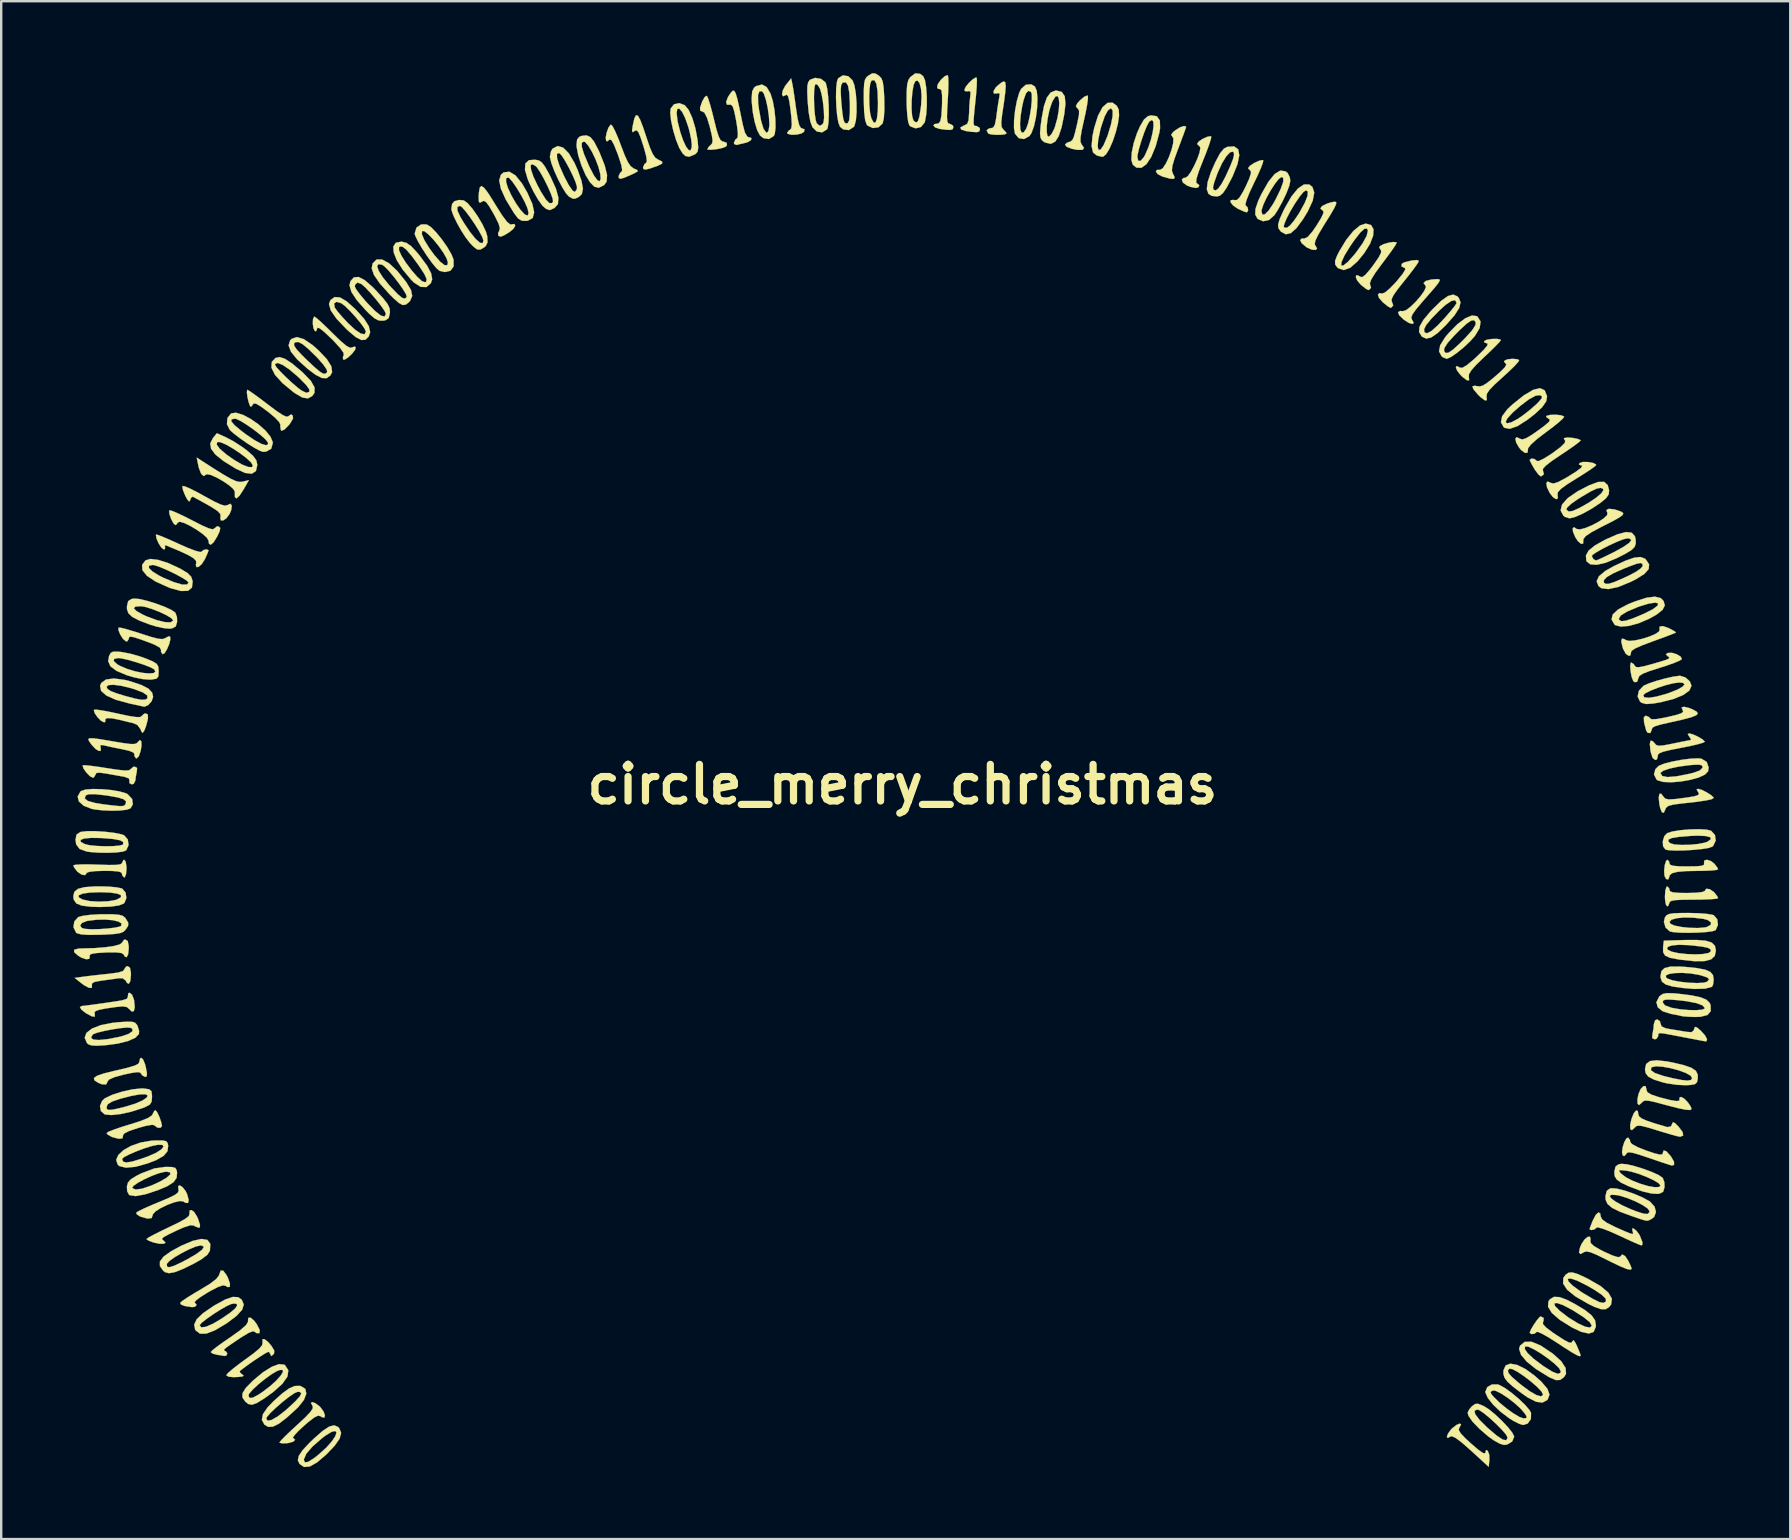
<source format=kicad_pcb>
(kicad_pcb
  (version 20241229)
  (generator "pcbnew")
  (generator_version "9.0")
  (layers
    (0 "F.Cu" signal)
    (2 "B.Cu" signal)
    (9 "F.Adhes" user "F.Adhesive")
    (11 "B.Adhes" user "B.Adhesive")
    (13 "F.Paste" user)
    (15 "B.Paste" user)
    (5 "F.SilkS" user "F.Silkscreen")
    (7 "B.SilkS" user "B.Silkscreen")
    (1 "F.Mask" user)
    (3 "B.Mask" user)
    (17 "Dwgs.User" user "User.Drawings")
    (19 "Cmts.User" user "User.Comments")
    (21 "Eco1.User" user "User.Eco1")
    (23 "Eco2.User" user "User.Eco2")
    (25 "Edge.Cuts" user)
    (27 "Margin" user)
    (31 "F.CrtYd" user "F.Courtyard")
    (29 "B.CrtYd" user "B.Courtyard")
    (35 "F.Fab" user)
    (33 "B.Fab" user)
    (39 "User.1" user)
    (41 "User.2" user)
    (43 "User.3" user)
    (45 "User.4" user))
  (footprint "circle_merry_christmas"
    (layer "F.Cu")
    (at 34.549 29.633)
    (property "Reference" "circle_merry_christmas" (at 0 0 0) (layer "F.SilkS") (effects (font (size 1.524 1.524) (thickness 0.3))))
    (attr through_hole)
    (fp_poly (pts (xy -29.18 -13.474) (xy -28.665 -13.143) (xy -28.279 -12.904) (xy -27.996 -12.742) (xy -27.793 -12.647) (xy -27.644 -12.606) (xy -27.524 -12.607) (xy -27.476 -12.617) (xy -27.227 -12.679) (xy -27.445 -12.298) (xy -27.619 -12.03) (xy -27.743 -11.917) (xy -27.808 -11.965) (xy -27.812 -11.984) (xy -27.816 -12.131) (xy -27.813 -12.192) (xy -27.878 -12.309) (xy -28.058 -12.466) (xy -28.303 -12.633) (xy -28.569 -12.784) (xy -28.809 -12.891) (xy -28.975 -12.926) (xy -29.018 -12.905) (xy -29.117 -12.847) (xy -29.222 -12.95) (xy -29.314 -13.191) (xy -29.339 -13.301) (xy -29.403 -13.619) (xy -29.18 -13.474)) (stroke (width 0.01) (type solid)) (fill yes) (layer "F.SilkS"))
    (fp_poly (pts (xy 23.28 26.668) (xy 23.214 26.795) (xy 23.201 26.81) (xy 23.182 26.901) (xy 23.262 27.038) (xy 23.457 27.245) (xy 23.696 27.465) (xy 23.999 27.725) (xy 24.19 27.858) (xy 24.28 27.873) (xy 24.292 27.835) (xy 24.32 27.731) (xy 24.391 27.771) (xy 24.453 27.927) (xy 24.46 28.153) (xy 24.43 28.435) (xy 23.691 27.758) (xy 23.314 27.426) (xy 23.049 27.228) (xy 22.889 27.158) (xy 22.845 27.168) (xy 22.723 27.234) (xy 22.688 27.183) (xy 22.734 27.054) (xy 22.852 26.888) (xy 22.909 26.829) (xy 23.091 26.687) (xy 23.226 26.633) (xy 23.28 26.668)) (stroke (width 0.01) (type solid)) (fill yes) (layer "F.SilkS"))
    (fp_poly (pts (xy -32.185 7.635) (xy -32.145 7.837) (xy -32.143 7.943) (xy -32.168 8.194) (xy -32.231 8.309) (xy -32.313 8.269) (xy -32.36 8.176) (xy -32.491 8.077) (xy -32.67 8.08) (xy -32.921 8.117) (xy -33.248 8.161) (xy -33.374 8.177) (xy -33.649 8.227) (xy -33.767 8.294) (xy -33.769 8.366) (xy -33.77 8.478) (xy -33.886 8.479) (xy -34.087 8.374) (xy -34.215 8.279) (xy -34.487 8.062) (xy -34.077 8.006) (xy -33.759 7.967) (xy -33.357 7.922) (xy -33.043 7.89) (xy -32.675 7.84) (xy -32.474 7.776) (xy -32.42 7.702) (xy -32.345 7.589) (xy -32.281 7.574) (xy -32.185 7.635)) (stroke (width 0.01) (type solid)) (fill yes) (layer "F.SilkS"))
    (fp_poly (pts (xy 29.654 -11.461) (xy 29.82 -11.413) (xy 29.972 -11.353) (xy 30.039 -11.293) (xy 30.005 -11.217) (xy 29.853 -11.109) (xy 29.568 -10.952) (xy 29.134 -10.732) (xy 29.114 -10.722) (xy 28.712 -10.507) (xy 28.471 -10.344) (xy 28.377 -10.222) (xy 28.375 -10.19) (xy 28.366 -10.037) (xy 28.279 -10.021) (xy 28.149 -10.132) (xy 28.039 -10.299) (xy 27.943 -10.527) (xy 27.929 -10.678) (xy 27.993 -10.715) (xy 28.093 -10.644) (xy 28.223 -10.622) (xy 28.446 -10.678) (xy 28.716 -10.788) (xy 28.988 -10.93) (xy 29.219 -11.08) (xy 29.362 -11.215) (xy 29.377 -11.309) (xy 29.332 -11.429) (xy 29.434 -11.482) (xy 29.654 -11.461)) (stroke (width 0.01) (type solid)) (fill yes) (layer "F.SilkS"))
    (fp_poly (pts (xy -32.277 6.526) (xy -32.237 6.729) (xy -32.235 6.835) (xy -32.26 7.081) (xy -32.321 7.201) (xy -32.401 7.173) (xy -32.444 7.089) (xy -32.536 7.027) (xy -32.765 6.999) (xy -33.153 7.002) (xy -33.2 7.004) (xy -33.566 7.027) (xy -33.777 7.06) (xy -33.862 7.111) (xy -33.861 7.166) (xy -33.877 7.269) (xy -34.009 7.286) (xy -34.209 7.218) (xy -34.336 7.142) (xy -34.509 6.99) (xy -34.51 6.891) (xy -34.334 6.842) (xy -34.151 6.834) (xy -33.651 6.821) (xy -33.205 6.785) (xy -32.844 6.732) (xy -32.603 6.666) (xy -32.512 6.592) (xy -32.512 6.591) (xy -32.438 6.48) (xy -32.373 6.465) (xy -32.277 6.526)) (stroke (width 0.01) (type solid)) (fill yes) (layer "F.SilkS"))
    (fp_poly (pts (xy -31.643 11.451) (xy -31.561 11.642) (xy -31.525 11.774) (xy -31.476 12.039) (xy -31.488 12.165) (xy -31.545 12.192) (xy -31.678 12.118) (xy -31.71 12.065) (xy -31.763 12.005) (xy -31.884 11.99) (xy -32.111 12.022) (xy -32.435 12.091) (xy -32.83 12.198) (xy -33.057 12.299) (xy -33.112 12.372) (xy -33.174 12.502) (xy -33.357 12.496) (xy -33.505 12.435) (xy -33.665 12.331) (xy -33.686 12.237) (xy -33.559 12.143) (xy -33.272 12.044) (xy -32.814 11.931) (xy -32.742 11.915) (xy -32.289 11.808) (xy -31.995 11.721) (xy -31.838 11.644) (xy -31.795 11.57) (xy -31.795 11.564) (xy -31.762 11.422) (xy -31.72 11.391) (xy -31.643 11.451)) (stroke (width 0.01) (type solid)) (fill yes) (layer "F.SilkS"))
    (fp_poly (pts (xy -29.992 16.782) (xy -29.869 16.939) (xy -29.806 17.064) (xy -29.736 17.314) (xy -29.764 17.443) (xy -29.879 17.432) (xy -29.952 17.381) (xy -30.098 17.359) (xy -30.34 17.413) (xy -30.626 17.519) (xy -30.905 17.654) (xy -31.125 17.795) (xy -31.235 17.92) (xy -31.238 17.952) (xy -31.282 18.071) (xy -31.461 18.091) (xy -31.752 18.008) (xy -31.756 18.006) (xy -31.9 17.916) (xy -31.922 17.843) (xy -31.821 17.779) (xy -31.587 17.665) (xy -31.258 17.52) (xy -30.992 17.41) (xy -30.588 17.241) (xy -30.332 17.116) (xy -30.196 17.02) (xy -30.155 16.933) (xy -30.162 16.885) (xy -30.176 16.736) (xy -30.107 16.708) (xy -29.992 16.782)) (stroke (width 0.01) (type solid)) (fill yes) (layer "F.SilkS"))
    (fp_poly (pts (xy 11.82 -27.408) (xy 11.823 -27.394) (xy 11.792 -27.297) (xy 11.708 -27.066) (xy 11.587 -26.74) (xy 11.493 -26.493) (xy 11.337 -26.066) (xy 11.251 -25.774) (xy 11.23 -25.585) (xy 11.262 -25.471) (xy 11.344 -25.304) (xy 11.316 -25.229) (xy 11.157 -25.238) (xy 10.848 -25.325) (xy 10.827 -25.331) (xy 10.642 -25.426) (xy 10.563 -25.531) (xy 10.603 -25.603) (xy 10.738 -25.606) (xy 10.849 -25.671) (xy 10.978 -25.866) (xy 11.107 -26.139) (xy 11.215 -26.439) (xy 11.283 -26.715) (xy 11.292 -26.916) (xy 11.257 -26.981) (xy 11.197 -27.062) (xy 11.274 -27.173) (xy 11.361 -27.246) (xy 11.562 -27.374) (xy 11.734 -27.434) (xy 11.82 -27.408)) (stroke (width 0.01) (type solid)) (fill yes) (layer "F.SilkS"))
    (fp_poly (pts (xy 12.87 -26.993) (xy 12.854 -26.884) (xy 12.777 -26.644) (xy 12.654 -26.311) (xy 12.532 -26.007) (xy 12.352 -25.547) (xy 12.256 -25.242) (xy 12.241 -25.081) (xy 12.265 -25.052) (xy 12.372 -24.964) (xy 12.329 -24.875) (xy 12.215 -24.852) (xy 12.005 -24.897) (xy 11.846 -24.959) (xy 11.687 -25.079) (xy 11.643 -25.201) (xy 11.722 -25.272) (xy 11.789 -25.274) (xy 11.892 -25.343) (xy 12.025 -25.53) (xy 12.165 -25.789) (xy 12.292 -26.071) (xy 12.383 -26.329) (xy 12.416 -26.516) (xy 12.387 -26.582) (xy 12.289 -26.672) (xy 12.284 -26.698) (xy 12.355 -26.793) (xy 12.519 -26.9) (xy 12.706 -26.984) (xy 12.844 -27.008) (xy 12.87 -26.993)) (stroke (width 0.01) (type solid)) (fill yes) (layer "F.SilkS"))
    (fp_poly (pts (xy 18.073 -24.263) (xy 18.073 -24.181) (xy 17.996 -24.012) (xy 17.833 -23.732) (xy 17.577 -23.321) (xy 17.562 -23.297) (xy 17.336 -22.919) (xy 17.212 -22.666) (xy 17.18 -22.513) (xy 17.205 -22.456) (xy 17.28 -22.33) (xy 17.22 -22.268) (xy 17.067 -22.278) (xy 16.862 -22.368) (xy 16.835 -22.385) (xy 16.641 -22.547) (xy 16.573 -22.678) (xy 16.637 -22.745) (xy 16.746 -22.741) (xy 16.884 -22.806) (xy 17.082 -23.03) (xy 17.263 -23.296) (xy 17.449 -23.601) (xy 17.538 -23.789) (xy 17.54 -23.889) (xy 17.489 -23.927) (xy 17.415 -24.002) (xy 17.494 -24.101) (xy 17.701 -24.202) (xy 17.865 -24.252) (xy 18.001 -24.279) (xy 18.073 -24.263)) (stroke (width 0.01) (type solid)) (fill yes) (layer "F.SilkS"))
    (fp_poly (pts (xy 25.615 -17.717) (xy 25.701 -17.679) (xy 25.659 -17.6) (xy 25.503 -17.428) (xy 25.258 -17.191) (xy 25.021 -16.975) (xy 24.676 -16.66) (xy 24.459 -16.434) (xy 24.353 -16.274) (xy 24.339 -16.159) (xy 24.341 -16.153) (xy 24.355 -16.007) (xy 24.267 -16.002) (xy 24.089 -16.136) (xy 23.986 -16.238) (xy 23.793 -16.465) (xy 23.752 -16.588) (xy 23.861 -16.611) (xy 23.937 -16.595) (xy 24.058 -16.581) (xy 24.191 -16.62) (xy 24.367 -16.73) (xy 24.618 -16.93) (xy 24.911 -17.184) (xy 25.1 -17.374) (xy 25.166 -17.497) (xy 25.144 -17.527) (xy 25.07 -17.611) (xy 25.082 -17.649) (xy 25.204 -17.709) (xy 25.413 -17.733) (xy 25.615 -17.717)) (stroke (width 0.01) (type solid)) (fill yes) (layer "F.SilkS"))
    (fp_poly (pts (xy 31.926 -6.514) (xy 31.947 -6.503) (xy 32.138 -6.401) (xy 32.233 -6.337) (xy 32.235 -6.332) (xy 32.154 -6.292) (xy 31.933 -6.205) (xy 31.608 -6.084) (xy 31.271 -5.962) (xy 30.821 -5.793) (xy 30.531 -5.664) (xy 30.383 -5.565) (xy 30.357 -5.488) (xy 30.335 -5.375) (xy 30.266 -5.357) (xy 30.145 -5.438) (xy 30.032 -5.643) (xy 30.016 -5.687) (xy 29.952 -5.954) (xy 29.982 -6.077) (xy 30.101 -6.046) (xy 30.149 -6.01) (xy 30.296 -5.977) (xy 30.542 -6.002) (xy 30.838 -6.069) (xy 31.134 -6.163) (xy 31.382 -6.27) (xy 31.53 -6.374) (xy 31.549 -6.435) (xy 31.549 -6.571) (xy 31.682 -6.598) (xy 31.926 -6.514)) (stroke (width 0.01) (type solid)) (fill yes) (layer "F.SilkS"))
    (fp_poly (pts (xy -31.054 13.654) (xy -30.965 13.837) (xy -30.887 14.052) (xy -30.85 14.227) (xy -30.849 14.238) (xy -30.915 14.309) (xy -31.045 14.301) (xy -31.142 14.223) (xy -31.145 14.215) (xy -31.252 14.182) (xy -31.524 14.228) (xy -31.851 14.318) (xy -32.218 14.442) (xy -32.421 14.544) (xy -32.479 14.633) (xy -32.474 14.65) (xy -32.498 14.75) (xy -32.655 14.766) (xy -32.914 14.697) (xy -32.951 14.683) (xy -33.11 14.592) (xy -33.159 14.527) (xy -33.076 14.472) (xy -32.851 14.383) (xy -32.523 14.271) (xy -32.22 14.178) (xy -31.747 14.028) (xy -31.438 13.904) (xy -31.274 13.797) (xy -31.24 13.74) (xy -31.17 13.603) (xy -31.125 13.577) (xy -31.054 13.654)) (stroke (width 0.01) (type solid)) (fill yes) (layer "F.SilkS"))
    (fp_poly (pts (xy -30.446 -11.401) (xy -30.221 -11.309) (xy -29.905 -11.16) (xy -29.603 -11.006) (xy -29.189 -10.795) (xy -28.91 -10.672) (xy -28.745 -10.629) (xy -28.671 -10.658) (xy -28.667 -10.667) (xy -28.554 -10.754) (xy -28.489 -10.746) (xy -28.423 -10.684) (xy -28.445 -10.552) (xy -28.545 -10.336) (xy -28.698 -10.087) (xy -28.82 -9.984) (xy -28.895 -10.036) (xy -28.91 -10.155) (xy -28.979 -10.278) (xy -29.158 -10.438) (xy -29.403 -10.611) (xy -29.671 -10.77) (xy -29.92 -10.89) (xy -30.105 -10.944) (xy -30.182 -10.916) (xy -30.264 -10.813) (xy -30.292 -10.807) (xy -30.375 -10.883) (xy -30.469 -11.061) (xy -30.539 -11.26) (xy -30.553 -11.402) (xy -30.544 -11.42) (xy -30.446 -11.401)) (stroke (width 0.01) (type solid)) (fill yes) (layer "F.SilkS"))
    (fp_poly (pts (xy -28.299 20.262) (xy -28.164 20.438) (xy -28.107 20.55) (xy -28.018 20.794) (xy -28.023 20.935) (xy -28.114 20.947) (xy -28.192 20.896) (xy -28.306 20.872) (xy -28.509 20.939) (xy -28.827 21.103) (xy -28.953 21.176) (xy -29.235 21.353) (xy -29.425 21.495) (xy -29.494 21.58) (xy -29.484 21.591) (xy -29.411 21.676) (xy -29.423 21.713) (xy -29.485 21.77) (xy -29.607 21.78) (xy -29.843 21.744) (xy -29.908 21.732) (xy -30.061 21.67) (xy -30.092 21.605) (xy -30.004 21.524) (xy -29.791 21.379) (xy -29.489 21.192) (xy -29.279 21.07) (xy -28.856 20.813) (xy -28.592 20.612) (xy -28.473 20.457) (xy -28.465 20.425) (xy -28.402 20.256) (xy -28.299 20.262)) (stroke (width 0.01) (type solid)) (fill yes) (layer "F.SilkS"))
    (fp_poly (pts (xy -24.406 -19.427) (xy -24.217 -19.26) (xy -23.96 -19.016) (xy -23.741 -18.799) (xy -23.402 -18.471) (xy -23.165 -18.272) (xy -23.013 -18.192) (xy -22.943 -18.203) (xy -22.818 -18.244) (xy -22.779 -18.214) (xy -22.804 -18.108) (xy -22.923 -17.953) (xy -23.082 -17.8) (xy -23.23 -17.703) (xy -23.304 -17.701) (xy -23.311 -17.815) (xy -23.278 -17.87) (xy -23.285 -17.98) (xy -23.423 -18.18) (xy -23.699 -18.481) (xy -23.787 -18.568) (xy -24.092 -18.857) (xy -24.286 -19.008) (xy -24.376 -19.026) (xy -24.384 -18.996) (xy -24.424 -18.885) (xy -24.476 -18.888) (xy -24.538 -19.001) (xy -24.566 -19.191) (xy -24.558 -19.379) (xy -24.513 -19.485) (xy -24.497 -19.489) (xy -24.406 -19.427)) (stroke (width 0.01) (type solid)) (fill yes) (layer "F.SilkS"))
    (fp_poly (pts (xy -17.436 -24.867) (xy -17.271 -24.656) (xy -17.038 -24.29) (xy -16.961 -24.161) (xy -16.681 -23.716) (xy -16.474 -23.44) (xy -16.338 -23.331) (xy -16.309 -23.332) (xy -16.162 -23.351) (xy -16.132 -23.276) (xy -16.21 -23.146) (xy -16.382 -23.006) (xy -16.607 -22.872) (xy -16.731 -22.823) (xy -16.805 -22.843) (xy -16.84 -22.875) (xy -16.843 -22.986) (xy -16.8 -23.057) (xy -16.77 -23.169) (xy -16.823 -23.36) (xy -16.971 -23.662) (xy -17.039 -23.786) (xy -17.221 -24.097) (xy -17.348 -24.265) (xy -17.441 -24.316) (xy -17.51 -24.285) (xy -17.606 -24.232) (xy -17.651 -24.298) (xy -17.654 -24.508) (xy -17.644 -24.661) (xy -17.611 -24.861) (xy -17.546 -24.933) (xy -17.436 -24.867)) (stroke (width 0.01) (type solid)) (fill yes) (layer "F.SilkS"))
    (fp_poly (pts (xy -11.022 -27.864) (xy -10.923 -27.69) (xy -10.794 -27.35) (xy -10.667 -26.967) (xy -10.522 -26.543) (xy -10.403 -26.267) (xy -10.292 -26.108) (xy -10.186 -26.039) (xy -10.007 -25.947) (xy -10.012 -25.865) (xy -10.183 -25.78) (xy -10.509 -25.664) (xy -10.699 -25.618) (xy -10.787 -25.637) (xy -10.807 -25.709) (xy -10.741 -25.855) (xy -10.693 -25.884) (xy -10.648 -25.956) (xy -10.665 -26.137) (xy -10.747 -26.453) (xy -10.801 -26.629) (xy -10.916 -26.979) (xy -11.001 -27.178) (xy -11.072 -27.253) (xy -11.146 -27.233) (xy -11.16 -27.222) (xy -11.242 -27.173) (xy -11.264 -27.239) (xy -11.234 -27.449) (xy -11.228 -27.478) (xy -11.166 -27.751) (xy -11.1 -27.882) (xy -11.022 -27.864)) (stroke (width 0.01) (type solid)) (fill yes) (layer "F.SilkS"))
    (fp_poly (pts (xy -4.585 -29.187) (xy -4.55 -28.991) (xy -4.501 -28.67) (xy -4.447 -28.284) (xy -4.428 -28.148) (xy -4.362 -27.722) (xy -4.296 -27.462) (xy -4.223 -27.348) (xy -4.193 -27.34) (xy -4.076 -27.292) (xy -4.097 -27.192) (xy -4.21 -27.119) (xy -4.422 -27.071) (xy -4.636 -27.069) (xy -4.78 -27.109) (xy -4.803 -27.145) (xy -4.73 -27.249) (xy -4.685 -27.273) (xy -4.628 -27.337) (xy -4.608 -27.492) (xy -4.623 -27.772) (xy -4.655 -28.066) (xy -4.707 -28.444) (xy -4.757 -28.659) (xy -4.813 -28.735) (xy -4.855 -28.72) (xy -4.971 -28.671) (xy -5.015 -28.748) (xy -4.987 -28.904) (xy -4.888 -29.097) (xy -4.849 -29.15) (xy -4.634 -29.418) (xy -4.585 -29.187)) (stroke (width 0.01) (type solid)) (fill yes) (layer "F.SilkS"))
    (fp_poly (pts (xy 22.372 -21.046) (xy 22.393 -20.999) (xy 22.334 -20.892) (xy 22.184 -20.703) (xy 21.931 -20.411) (xy 21.671 -20.113) (xy 21.408 -19.802) (xy 21.258 -19.592) (xy 21.205 -19.456) (xy 21.232 -19.364) (xy 21.236 -19.36) (xy 21.308 -19.227) (xy 21.252 -19.184) (xy 21.102 -19.229) (xy 20.894 -19.362) (xy 20.892 -19.364) (xy 20.701 -19.547) (xy 20.651 -19.676) (xy 20.746 -19.727) (xy 20.851 -19.716) (xy 20.987 -19.759) (xy 21.178 -19.904) (xy 21.39 -20.111) (xy 21.59 -20.342) (xy 21.743 -20.558) (xy 21.814 -20.721) (xy 21.796 -20.783) (xy 21.716 -20.886) (xy 21.8 -20.975) (xy 22.027 -21.034) (xy 22.129 -21.043) (xy 22.28 -21.054) (xy 22.372 -21.046)) (stroke (width 0.01) (type solid)) (fill yes) (layer "F.SilkS"))
    (fp_poly (pts (xy 24.91 -18.54) (xy 24.938 -18.51) (xy 24.875 -18.428) (xy 24.704 -18.25) (xy 24.454 -18.005) (xy 24.243 -17.806) (xy 23.909 -17.482) (xy 23.703 -17.251) (xy 23.608 -17.089) (xy 23.603 -16.983) (xy 23.616 -16.838) (xy 23.528 -16.834) (xy 23.35 -16.967) (xy 23.245 -17.071) (xy 23.111 -17.247) (xy 23.061 -17.381) (xy 23.099 -17.434) (xy 23.226 -17.367) (xy 23.231 -17.363) (xy 23.337 -17.359) (xy 23.525 -17.471) (xy 23.811 -17.71) (xy 23.932 -17.822) (xy 24.223 -18.106) (xy 24.372 -18.286) (xy 24.386 -18.369) (xy 24.355 -18.376) (xy 24.243 -18.419) (xy 24.245 -18.473) (xy 24.354 -18.527) (xy 24.552 -18.559) (xy 24.762 -18.564) (xy 24.91 -18.54)) (stroke (width 0.01) (type solid)) (fill yes) (layer "F.SilkS"))
    (fp_poly (pts (xy 28.565 -13.433) (xy 28.771 -13.396) (xy 28.898 -13.334) (xy 28.91 -13.308) (xy 28.836 -13.237) (xy 28.636 -13.095) (xy 28.342 -12.905) (xy 28.08 -12.742) (xy 27.685 -12.493) (xy 27.437 -12.311) (xy 27.315 -12.178) (xy 27.298 -12.084) (xy 27.314 -11.92) (xy 27.239 -11.884) (xy 27.107 -11.969) (xy 26.972 -12.144) (xy 26.86 -12.376) (xy 26.831 -12.548) (xy 26.884 -12.623) (xy 27.013 -12.564) (xy 27.014 -12.564) (xy 27.129 -12.536) (xy 27.324 -12.598) (xy 27.631 -12.761) (xy 27.7 -12.802) (xy 28.07 -13.032) (xy 28.278 -13.189) (xy 28.33 -13.276) (xy 28.25 -13.3) (xy 28.186 -13.337) (xy 28.227 -13.394) (xy 28.358 -13.435) (xy 28.565 -13.433)) (stroke (width 0.01) (type solid)) (fill yes) (layer "F.SilkS"))
    (fp_poly (pts (xy 28.676 18.952) (xy 28.665 19.005) (xy 28.684 19.113) (xy 28.812 19.234) (xy 29.076 19.388) (xy 29.248 19.476) (xy 29.585 19.627) (xy 29.813 19.698) (xy 29.907 19.682) (xy 29.993 19.585) (xy 30.117 19.656) (xy 30.247 19.854) (xy 30.343 20.054) (xy 30.387 20.173) (xy 30.388 20.177) (xy 30.34 20.222) (xy 30.188 20.193) (xy 29.914 20.082) (xy 29.503 19.884) (xy 29.341 19.802) (xy 28.947 19.609) (xy 28.681 19.498) (xy 28.511 19.46) (xy 28.407 19.486) (xy 28.392 19.497) (xy 28.249 19.57) (xy 28.194 19.499) (xy 28.232 19.306) (xy 28.291 19.164) (xy 28.418 18.968) (xy 28.55 18.856) (xy 28.649 18.845) (xy 28.676 18.952)) (stroke (width 0.01) (type solid)) (fill yes) (layer "F.SilkS"))
    (fp_poly (pts (xy 30.32 14.823) (xy 30.32 14.88) (xy 30.395 14.985) (xy 30.644 15.119) (xy 30.99 15.255) (xy 31.346 15.375) (xy 31.561 15.426) (xy 31.662 15.415) (xy 31.681 15.37) (xy 31.721 15.251) (xy 31.836 15.291) (xy 32.013 15.487) (xy 32.028 15.507) (xy 32.152 15.723) (xy 32.152 15.855) (xy 32.058 15.88) (xy 31.953 15.848) (xy 31.713 15.77) (xy 31.378 15.657) (xy 31.11 15.565) (xy 30.701 15.428) (xy 30.433 15.351) (xy 30.274 15.328) (xy 30.191 15.354) (xy 30.16 15.403) (xy 30.076 15.49) (xy 30.017 15.461) (xy 29.984 15.33) (xy 30.011 15.124) (xy 30.079 14.909) (xy 30.166 14.752) (xy 30.242 14.716) (xy 30.32 14.823)) (stroke (width 0.01) (type solid)) (fill yes) (layer "F.SilkS"))
    (fp_poly (pts (xy 30.642 13.607) (xy 30.665 13.745) (xy 30.695 13.833) (xy 30.802 13.918) (xy 31.012 14.012) (xy 31.349 14.125) (xy 31.839 14.269) (xy 31.881 14.281) (xy 32.026 14.249) (xy 32.066 14.162) (xy 32.105 14.077) (xy 32.189 14.111) (xy 32.346 14.267) (xy 32.512 14.489) (xy 32.533 14.632) (xy 32.406 14.681) (xy 32.391 14.68) (xy 32.259 14.652) (xy 31.997 14.579) (xy 31.649 14.476) (xy 31.451 14.415) (xy 31.06 14.296) (xy 30.807 14.232) (xy 30.653 14.218) (xy 30.563 14.25) (xy 30.512 14.305) (xy 30.396 14.409) (xy 30.33 14.359) (xy 30.325 14.181) (xy 30.377 13.948) (xy 30.473 13.707) (xy 30.57 13.587) (xy 30.642 13.607)) (stroke (width 0.01) (type solid)) (fill yes) (layer "F.SilkS"))
    (fp_poly (pts (xy -32.559 -6.524) (xy -32.324 -6.465) (xy -31.992 -6.366) (xy -31.73 -6.282) (xy -31.306 -6.146) (xy -31.02 -6.072) (xy -30.839 -6.054) (xy -30.728 -6.084) (xy -30.706 -6.1) (xy -30.569 -6.171) (xy -30.514 -6.161) (xy -30.5 -6.042) (xy -30.551 -5.842) (xy -30.641 -5.629) (xy -30.742 -5.468) (xy -30.821 -5.423) (xy -30.894 -5.526) (xy -30.884 -5.585) (xy -30.936 -5.697) (xy -31.171 -5.828) (xy -31.328 -5.89) (xy -31.732 -6.038) (xy -31.995 -6.125) (xy -32.146 -6.157) (xy -32.215 -6.139) (xy -32.235 -6.078) (xy -32.235 -6.059) (xy -32.295 -5.959) (xy -32.361 -5.965) (xy -32.477 -6.068) (xy -32.591 -6.247) (xy -32.664 -6.427) (xy -32.66 -6.533) (xy -32.559 -6.524)) (stroke (width 0.01) (type solid)) (fill yes) (layer "F.SilkS"))
    (fp_poly (pts (xy -32.362 3.222) (xy -32.33 3.427) (xy -32.327 3.51) (xy -32.348 3.741) (xy -32.399 3.87) (xy -32.42 3.879) (xy -32.502 3.804) (xy -32.512 3.741) (xy -32.547 3.67) (xy -32.673 3.627) (xy -32.924 3.607) (xy -33.251 3.602) (xy -33.617 3.613) (xy -33.874 3.642) (xy -33.987 3.686) (xy -33.99 3.695) (xy -34.051 3.781) (xy -34.196 3.76) (xy -34.366 3.644) (xy -34.391 3.618) (xy -34.509 3.461) (xy -34.544 3.375) (xy -34.458 3.349) (xy -34.225 3.335) (xy -33.881 3.333) (xy -33.528 3.343) (xy -33.066 3.358) (xy -32.762 3.354) (xy -32.588 3.331) (xy -32.517 3.286) (xy -32.512 3.263) (xy -32.456 3.151) (xy -32.42 3.14) (xy -32.362 3.222)) (stroke (width 0.01) (type solid)) (fill yes) (layer "F.SilkS"))
    (fp_poly (pts (xy -7.006 -28.898) (xy -6.946 -28.794) (xy -6.879 -28.57) (xy -6.797 -28.207) (xy -6.69 -27.688) (xy -6.652 -27.501) (xy -6.56 -27.157) (xy -6.459 -26.988) (xy -6.413 -26.97) (xy -6.289 -26.933) (xy -6.304 -26.849) (xy -6.437 -26.763) (xy -6.535 -26.733) (xy -6.765 -26.679) (xy -6.904 -26.642) (xy -7.007 -26.68) (xy -7.02 -26.734) (xy -6.954 -26.874) (xy -6.911 -26.899) (xy -6.862 -26.965) (xy -6.855 -27.138) (xy -6.892 -27.447) (xy -6.925 -27.65) (xy -7.001 -28.031) (xy -7.071 -28.249) (xy -7.144 -28.322) (xy -7.169 -28.318) (xy -7.309 -28.318) (xy -7.344 -28.437) (xy -7.267 -28.639) (xy -7.244 -28.676) (xy -7.146 -28.821) (xy -7.07 -28.901) (xy -7.006 -28.898)) (stroke (width 0.01) (type solid)) (fill yes) (layer "F.SilkS"))
    (fp_poly (pts (xy 7.726 -28.696) (xy 7.733 -28.584) (xy 7.701 -28.334) (xy 7.636 -27.987) (xy 7.573 -27.707) (xy 7.474 -27.258) (xy 7.424 -26.956) (xy 7.422 -26.771) (xy 7.464 -26.674) (xy 7.464 -26.673) (xy 7.569 -26.52) (xy 7.511 -26.44) (xy 7.297 -26.437) (xy 7.066 -26.482) (xy 6.848 -26.565) (xy 6.775 -26.659) (xy 6.861 -26.739) (xy 6.903 -26.752) (xy 7.008 -26.787) (xy 7.083 -26.849) (xy 7.144 -26.977) (xy 7.208 -27.208) (xy 7.295 -27.579) (xy 7.3 -27.604) (xy 7.359 -27.902) (xy 7.362 -28.072) (xy 7.308 -28.162) (xy 7.285 -28.178) (xy 7.228 -28.258) (xy 7.292 -28.383) (xy 7.409 -28.51) (xy 7.584 -28.655) (xy 7.708 -28.704) (xy 7.726 -28.696)) (stroke (width 0.01) (type solid)) (fill yes) (layer "F.SilkS"))
    (fp_poly (pts (xy 27.451 -15.379) (xy 27.573 -15.328) (xy 27.575 -15.325) (xy 27.523 -15.246) (xy 27.349 -15.086) (xy 27.081 -14.871) (xy 26.83 -14.685) (xy 26.45 -14.395) (xy 26.193 -14.165) (xy 26.073 -14.009) (xy 26.067 -13.972) (xy 26.051 -13.824) (xy 25.947 -13.809) (xy 25.79 -13.923) (xy 25.691 -14.04) (xy 25.573 -14.248) (xy 25.542 -14.404) (xy 25.595 -14.469) (xy 25.729 -14.404) (xy 25.729 -14.404) (xy 25.828 -14.372) (xy 25.981 -14.42) (xy 26.222 -14.562) (xy 26.476 -14.739) (xy 26.777 -14.961) (xy 26.94 -15.104) (xy 26.984 -15.19) (xy 26.927 -15.239) (xy 26.923 -15.24) (xy 26.823 -15.311) (xy 26.843 -15.357) (xy 27.001 -15.397) (xy 27.232 -15.403) (xy 27.451 -15.379)) (stroke (width 0.01) (type solid)) (fill yes) (layer "F.SilkS"))
    (fp_poly (pts (xy 31.002 12.694) (xy 31.001 12.72) (xy 31.045 12.828) (xy 31.214 12.928) (xy 31.537 13.035) (xy 31.542 13.036) (xy 31.987 13.151) (xy 32.265 13.196) (xy 32.383 13.171) (xy 32.373 13.116) (xy 32.392 13.035) (xy 32.45 13.023) (xy 32.578 13.093) (xy 32.733 13.253) (xy 32.852 13.431) (xy 32.881 13.528) (xy 32.825 13.568) (xy 32.646 13.557) (xy 32.327 13.492) (xy 31.853 13.37) (xy 31.738 13.339) (xy 31.348 13.235) (xy 31.098 13.181) (xy 30.948 13.173) (xy 30.859 13.208) (xy 30.805 13.267) (xy 30.694 13.362) (xy 30.632 13.303) (xy 30.628 13.117) (xy 30.673 12.899) (xy 30.763 12.692) (xy 30.874 12.575) (xy 30.966 12.568) (xy 31.002 12.694)) (stroke (width 0.01) (type solid)) (fill yes) (layer "F.SilkS"))
    (fp_poly (pts (xy 31.947 4.324) (xy 31.958 4.387) (xy 31.993 4.458) (xy 32.119 4.501) (xy 32.369 4.521) (xy 32.697 4.526) (xy 33.063 4.515) (xy 33.32 4.486) (xy 33.433 4.442) (xy 33.436 4.433) (xy 33.497 4.347) (xy 33.642 4.368) (xy 33.812 4.484) (xy 33.837 4.51) (xy 33.954 4.662) (xy 33.99 4.741) (xy 33.904 4.766) (xy 33.67 4.786) (xy 33.326 4.799) (xy 32.974 4.803) (xy 32.519 4.807) (xy 32.22 4.821) (xy 32.046 4.851) (xy 31.97 4.898) (xy 31.958 4.941) (xy 31.908 5.064) (xy 31.865 5.08) (xy 31.81 4.997) (xy 31.777 4.789) (xy 31.773 4.664) (xy 31.791 4.416) (xy 31.838 4.268) (xy 31.865 4.249) (xy 31.947 4.324)) (stroke (width 0.01) (type solid)) (fill yes) (layer "F.SilkS"))
    (fp_poly (pts (xy 31.949 3.215) (xy 31.958 3.279) (xy 31.992 3.35) (xy 32.118 3.392) (xy 32.366 3.413) (xy 32.707 3.417) (xy 33.08 3.412) (xy 33.3 3.393) (xy 33.398 3.353) (xy 33.405 3.287) (xy 33.402 3.279) (xy 33.414 3.167) (xy 33.531 3.142) (xy 33.697 3.198) (xy 33.837 3.309) (xy 33.954 3.462) (xy 33.99 3.54) (xy 33.904 3.568) (xy 33.676 3.59) (xy 33.347 3.602) (xy 33.182 3.603) (xy 32.657 3.613) (xy 32.294 3.644) (xy 32.073 3.7) (xy 31.971 3.785) (xy 31.958 3.844) (xy 31.912 3.96) (xy 31.821 3.942) (xy 31.754 3.81) (xy 31.74 3.586) (xy 31.768 3.354) (xy 31.824 3.184) (xy 31.876 3.14) (xy 31.949 3.215)) (stroke (width 0.01) (type solid)) (fill yes) (layer "F.SilkS"))
    (fp_poly (pts (xy 32.776 -3.185) (xy 32.923 -3.126) (xy 33.09 -3.035) (xy 33.146 -2.956) (xy 33.078 -2.88) (xy 32.871 -2.797) (xy 32.51 -2.701) (xy 32.004 -2.587) (xy 31.623 -2.501) (xy 31.389 -2.434) (xy 31.268 -2.373) (xy 31.223 -2.302) (xy 31.219 -2.257) (xy 31.163 -2.139) (xy 31.055 -2.148) (xy 30.993 -2.24) (xy 30.902 -2.592) (xy 30.895 -2.795) (xy 30.973 -2.863) (xy 30.979 -2.863) (xy 31.12 -2.801) (xy 31.146 -2.757) (xy 31.225 -2.713) (xy 31.429 -2.722) (xy 31.78 -2.785) (xy 31.898 -2.811) (xy 32.255 -2.896) (xy 32.457 -2.963) (xy 32.533 -3.026) (xy 32.51 -3.097) (xy 32.506 -3.102) (xy 32.467 -3.206) (xy 32.568 -3.235) (xy 32.776 -3.185)) (stroke (width 0.01) (type solid)) (fill yes) (layer "F.SilkS"))
    (fp_poly (pts (xy -33.802 -0.773) (xy -33.455 -0.726) (xy -33.154 -0.678) (xy -32.697 -0.609) (xy -32.396 -0.578) (xy -32.226 -0.586) (xy -32.164 -0.629) (xy -32.052 -0.727) (xy -31.986 -0.739) (xy -31.887 -0.686) (xy -31.9 -0.531) (xy -31.946 -0.291) (xy -31.957 -0.162) (xy -32.027 -0.025) (xy -32.106 0) (xy -32.211 -0.057) (xy -32.203 -0.135) (xy -32.225 -0.245) (xy -32.407 -0.315) (xy -32.447 -0.322) (xy -32.726 -0.371) (xy -33.068 -0.432) (xy -33.182 -0.452) (xy -33.454 -0.49) (xy -33.587 -0.473) (xy -33.62 -0.404) (xy -33.687 -0.291) (xy -33.736 -0.28) (xy -33.854 -0.344) (xy -33.996 -0.489) (xy -34.115 -0.653) (xy -34.158 -0.776) (xy -34.15 -0.794) (xy -34.047 -0.798) (xy -33.802 -0.773)) (stroke (width 0.01) (type solid)) (fill yes) (layer "F.SilkS"))
    (fp_poly (pts (xy -33.44 -1.885) (xy -33.007 -1.812) (xy -32.851 -1.785) (xy -32.428 -1.716) (xy -32.15 -1.682) (xy -31.984 -1.685) (xy -31.894 -1.721) (xy -31.864 -1.758) (xy -31.768 -1.85) (xy -31.711 -1.79) (xy -31.703 -1.608) (xy -31.736 -1.401) (xy -31.816 -1.172) (xy -31.909 -1.08) (xy -31.93 -1.082) (xy -32.003 -1.185) (xy -31.994 -1.24) (xy -32.034 -1.324) (xy -32.231 -1.403) (xy -32.53 -1.47) (xy -32.864 -1.536) (xy -33.145 -1.597) (xy -33.288 -1.632) (xy -33.414 -1.641) (xy -33.406 -1.535) (xy -33.394 -1.406) (xy -33.478 -1.392) (xy -33.622 -1.48) (xy -33.787 -1.657) (xy -33.79 -1.663) (xy -33.885 -1.796) (xy -33.921 -1.881) (xy -33.874 -1.923) (xy -33.722 -1.923) (xy -33.44 -1.885)) (stroke (width 0.01) (type solid)) (fill yes) (layer "F.SilkS"))
    (fp_poly (pts (xy -33.329 -3.078) (xy -32.984 -3.013) (xy -32.684 -2.948) (xy -32.228 -2.851) (xy -31.927 -2.805) (xy -31.758 -2.806) (xy -31.702 -2.845) (xy -31.59 -2.945) (xy -31.527 -2.956) (xy -31.439 -2.914) (xy -31.433 -2.761) (xy -31.453 -2.655) (xy -31.522 -2.403) (xy -31.597 -2.217) (xy -31.666 -2.143) (xy -31.72 -2.232) (xy -31.736 -2.287) (xy -31.877 -2.478) (xy -32.038 -2.55) (xy -32.302 -2.612) (xy -32.6 -2.686) (xy -32.604 -2.687) (xy -32.939 -2.755) (xy -33.15 -2.762) (xy -33.216 -2.707) (xy -33.205 -2.679) (xy -33.221 -2.597) (xy -33.269 -2.589) (xy -33.393 -2.653) (xy -33.537 -2.8) (xy -33.652 -2.967) (xy -33.689 -3.093) (xy -33.68 -3.112) (xy -33.574 -3.113) (xy -33.329 -3.078)) (stroke (width 0.01) (type solid)) (fill yes) (layer "F.SilkS"))
    (fp_poly (pts (xy -32.097 8.764) (xy -32.018 8.968) (xy -32.01 9.007) (xy -31.984 9.285) (xy -32.021 9.445) (xy -32.109 9.465) (xy -32.198 9.378) (xy -32.308 9.28) (xy -32.48 9.249) (xy -32.761 9.275) (xy -33.189 9.337) (xy -33.462 9.39) (xy -33.61 9.442) (xy -33.661 9.502) (xy -33.651 9.566) (xy -33.647 9.679) (xy -33.77 9.666) (xy -34.013 9.536) (xy -34.201 9.392) (xy -34.269 9.281) (xy -34.198 9.235) (xy -34.198 9.235) (xy -34.064 9.221) (xy -33.8 9.187) (xy -33.462 9.141) (xy -33.103 9.09) (xy -32.775 9.041) (xy -32.534 9.002) (xy -32.527 9.001) (xy -32.314 8.936) (xy -32.264 8.836) (xy -32.27 8.815) (xy -32.254 8.7) (xy -32.196 8.682) (xy -32.097 8.764)) (stroke (width 0.01) (type solid)) (fill yes) (layer "F.SilkS"))
    (fp_poly (pts (xy -29.892 -12.416) (xy -29.669 -12.32) (xy -29.359 -12.163) (xy -29.09 -12.015) (xy -28.682 -11.791) (xy -28.402 -11.661) (xy -28.225 -11.613) (xy -28.125 -11.637) (xy -28.125 -11.637) (xy -27.995 -11.693) (xy -27.939 -11.611) (xy -27.965 -11.428) (xy -28.031 -11.271) (xy -28.161 -11.093) (xy -28.298 -10.998) (xy -28.399 -11) (xy -28.42 -11.112) (xy -28.409 -11.155) (xy -28.419 -11.267) (xy -28.537 -11.393) (xy -28.79 -11.559) (xy -28.932 -11.64) (xy -29.224 -11.802) (xy -29.451 -11.927) (xy -29.567 -11.988) (xy -29.57 -11.989) (xy -29.639 -11.939) (xy -29.671 -11.851) (xy -29.714 -11.782) (xy -29.79 -11.862) (xy -29.88 -12.029) (xy -29.973 -12.256) (xy -30.001 -12.409) (xy -29.992 -12.434) (xy -29.892 -12.416)) (stroke (width 0.01) (type solid)) (fill yes) (layer "F.SilkS"))
    (fp_poly (pts (xy -27.198 -16.388) (xy -26.991 -16.244) (xy -26.704 -16.032) (xy -26.441 -15.832) (xy -26.069 -15.553) (xy -25.814 -15.386) (xy -25.658 -15.319) (xy -25.579 -15.342) (xy -25.576 -15.346) (xy -25.472 -15.416) (xy -25.404 -15.374) (xy -25.387 -15.248) (xy -25.513 -15.035) (xy -25.57 -14.965) (xy -25.751 -14.783) (xy -25.871 -14.736) (xy -25.893 -14.753) (xy -25.924 -14.926) (xy -25.913 -14.978) (xy -25.962 -15.093) (xy -26.138 -15.281) (xy -26.414 -15.513) (xy -26.443 -15.535) (xy -26.739 -15.75) (xy -26.923 -15.859) (xy -27.025 -15.874) (xy -27.07 -15.818) (xy -27.137 -15.732) (xy -27.174 -15.754) (xy -27.236 -15.913) (xy -27.286 -16.127) (xy -27.312 -16.325) (xy -27.302 -16.435) (xy -27.292 -16.441) (xy -27.198 -16.388)) (stroke (width 0.01) (type solid)) (fill yes) (layer "F.SilkS"))
    (fp_poly (pts (xy -27.018 22.335) (xy -26.903 22.488) (xy -26.776 22.734) (xy -26.79 22.862) (xy -26.798 22.868) (xy -26.926 22.86) (xy -26.97 22.815) (xy -27.056 22.784) (xy -27.236 22.852) (xy -27.529 23.028) (xy -27.629 23.094) (xy -27.96 23.317) (xy -28.161 23.458) (xy -28.255 23.54) (xy -28.266 23.584) (xy -28.217 23.611) (xy -28.193 23.619) (xy -28.127 23.707) (xy -28.17 23.802) (xy -28.246 23.816) (xy -28.376 23.793) (xy -28.563 23.764) (xy -28.748 23.713) (xy -28.817 23.653) (xy -28.745 23.575) (xy -28.55 23.421) (xy -28.266 23.217) (xy -28.029 23.056) (xy -27.612 22.761) (xy -27.357 22.541) (xy -27.266 22.396) (xy -27.267 22.382) (xy -27.256 22.231) (xy -27.163 22.218) (xy -27.018 22.335)) (stroke (width 0.01) (type solid)) (fill yes) (layer "F.SilkS"))
    (fp_poly (pts (xy -24.468 25.78) (xy -24.302 25.899) (xy -24.249 25.95) (xy -24.115 26.133) (xy -24.059 26.292) (xy -24.083 26.383) (xy -24.186 26.367) (xy -24.245 26.324) (xy -24.344 26.302) (xy -24.5 26.375) (xy -24.742 26.56) (xy -24.919 26.712) (xy -25.166 26.942) (xy -25.334 27.122) (xy -25.396 27.222) (xy -25.39 27.232) (xy -25.302 27.306) (xy -25.373 27.384) (xy -25.578 27.442) (xy -25.631 27.45) (xy -25.844 27.458) (xy -25.951 27.43) (xy -25.954 27.421) (xy -25.89 27.336) (xy -25.715 27.156) (xy -25.459 26.911) (xy -25.215 26.687) (xy -24.873 26.368) (xy -24.661 26.143) (xy -24.566 25.995) (xy -24.571 25.906) (xy -24.573 25.903) (xy -24.643 25.776) (xy -24.595 25.737) (xy -24.468 25.78)) (stroke (width 0.01) (type solid)) (fill yes) (layer "F.SilkS"))
    (fp_poly (pts (xy -12.077 -27.426) (xy -11.968 -27.218) (xy -11.833 -26.905) (xy -11.731 -26.636) (xy -11.567 -26.207) (xy -11.435 -25.923) (xy -11.317 -25.753) (xy -11.195 -25.664) (xy -11.177 -25.656) (xy -11.041 -25.595) (xy -11.029 -25.543) (xy -11.157 -25.469) (xy -11.315 -25.396) (xy -11.595 -25.275) (xy -11.748 -25.232) (xy -11.811 -25.263) (xy -11.823 -25.346) (xy -11.756 -25.488) (xy -11.712 -25.514) (xy -11.674 -25.597) (xy -11.711 -25.808) (xy -11.825 -26.163) (xy -11.863 -26.269) (xy -12.013 -26.646) (xy -12.124 -26.847) (xy -12.196 -26.871) (xy -12.199 -26.866) (xy -12.298 -26.793) (xy -12.339 -26.81) (xy -12.362 -26.939) (xy -12.323 -27.149) (xy -12.248 -27.36) (xy -12.159 -27.487) (xy -12.144 -27.494) (xy -12.077 -27.426)) (stroke (width 0.01) (type solid)) (fill yes) (layer "F.SilkS"))
    (fp_poly (pts (xy -8.146 -28.69) (xy -8.095 -28.586) (xy -8.016 -28.342) (xy -7.922 -27.998) (xy -7.852 -27.715) (xy -7.745 -27.284) (xy -7.658 -27.005) (xy -7.581 -26.851) (xy -7.5 -26.79) (xy -7.465 -26.785) (xy -7.321 -26.734) (xy -7.308 -26.627) (xy -7.367 -26.568) (xy -7.517 -26.513) (xy -7.736 -26.468) (xy -7.954 -26.443) (xy -8.102 -26.447) (xy -8.128 -26.465) (xy -8.063 -26.573) (xy -7.992 -26.637) (xy -7.926 -26.712) (xy -7.908 -26.832) (xy -7.939 -27.042) (xy -8.021 -27.384) (xy -8.021 -27.386) (xy -8.139 -27.774) (xy -8.249 -27.989) (xy -8.319 -28.032) (xy -8.423 -28.068) (xy -8.431 -28.194) (xy -8.344 -28.445) (xy -8.331 -28.477) (xy -8.233 -28.644) (xy -8.149 -28.692) (xy -8.146 -28.69)) (stroke (width 0.01) (type solid)) (fill yes) (layer "F.SilkS"))
    (fp_poly (pts (xy 1.91 -29.47) (xy 1.919 -29.238) (xy 1.912 -28.895) (xy 1.893 -28.54) (xy 1.867 -28.093) (xy 1.859 -27.799) (xy 1.872 -27.627) (xy 1.909 -27.546) (xy 1.972 -27.524) (xy 1.976 -27.524) (xy 2.105 -27.455) (xy 2.124 -27.386) (xy 2.1 -27.302) (xy 2 -27.268) (xy 1.786 -27.28) (xy 1.547 -27.313) (xy 1.368 -27.372) (xy 1.291 -27.453) (xy 1.341 -27.515) (xy 1.422 -27.524) (xy 1.521 -27.55) (xy 1.585 -27.647) (xy 1.624 -27.849) (xy 1.647 -28.189) (xy 1.654 -28.387) (xy 1.653 -28.72) (xy 1.627 -28.921) (xy 1.585 -28.965) (xy 1.482 -28.985) (xy 1.448 -29.039) (xy 1.477 -29.176) (xy 1.6 -29.353) (xy 1.759 -29.502) (xy 1.886 -29.556) (xy 1.91 -29.47)) (stroke (width 0.01) (type solid)) (fill yes) (layer "F.SilkS"))
    (fp_poly (pts (xy 4.287 -29.254) (xy 4.306 -29.108) (xy 4.287 -28.834) (xy 4.233 -28.415) (xy 4.155 -27.894) (xy 4.12 -27.576) (xy 4.136 -27.389) (xy 4.21 -27.283) (xy 4.322 -27.167) (xy 4.341 -27.122) (xy 4.261 -27.083) (xy 4.071 -27.065) (xy 3.843 -27.068) (xy 3.65 -27.092) (xy 3.571 -27.124) (xy 3.512 -27.257) (xy 3.616 -27.334) (xy 3.684 -27.34) (xy 3.789 -27.372) (xy 3.857 -27.496) (xy 3.906 -27.751) (xy 3.922 -27.871) (xy 3.966 -28.206) (xy 4.013 -28.497) (xy 4.038 -28.625) (xy 4.056 -28.782) (xy 3.981 -28.803) (xy 3.939 -28.789) (xy 3.813 -28.784) (xy 3.796 -28.88) (xy 3.884 -29.032) (xy 3.973 -29.12) (xy 4.123 -29.241) (xy 4.227 -29.292) (xy 4.287 -29.254)) (stroke (width 0.01) (type solid)) (fill yes) (layer "F.SilkS"))
    (fp_poly (pts (xy 15.037 -26.004) (xy 15.021 -25.903) (xy 14.935 -25.675) (xy 14.794 -25.354) (xy 14.649 -25.053) (xy 14.461 -24.654) (xy 14.34 -24.351) (xy 14.293 -24.168) (xy 14.307 -24.125) (xy 14.388 -24.038) (xy 14.407 -23.909) (xy 14.354 -23.836) (xy 14.339 -23.836) (xy 14.217 -23.877) (xy 14.008 -23.972) (xy 13.97 -23.991) (xy 13.783 -24.118) (xy 13.68 -24.248) (xy 13.677 -24.34) (xy 13.788 -24.356) (xy 13.835 -24.344) (xy 13.94 -24.351) (xy 14.052 -24.458) (xy 14.194 -24.694) (xy 14.306 -24.912) (xy 14.456 -25.248) (xy 14.527 -25.474) (xy 14.51 -25.566) (xy 14.413 -25.657) (xy 14.409 -25.682) (xy 14.482 -25.777) (xy 14.654 -25.889) (xy 14.852 -25.981) (xy 15.004 -26.015) (xy 15.037 -26.004)) (stroke (width 0.01) (type solid)) (fill yes) (layer "F.SilkS"))
    (fp_poly (pts (xy 20.582 -22.589) (xy 20.596 -22.567) (xy 20.543 -22.466) (xy 20.399 -22.254) (xy 20.188 -21.964) (xy 19.998 -21.712) (xy 19.703 -21.311) (xy 19.532 -21.032) (xy 19.477 -20.867) (xy 19.49 -20.826) (xy 19.528 -20.688) (xy 19.44 -20.603) (xy 19.404 -20.6) (xy 19.306 -20.657) (xy 19.132 -20.795) (xy 19.091 -20.831) (xy 18.954 -20.991) (xy 18.893 -21.134) (xy 18.912 -21.217) (xy 19.013 -21.195) (xy 19.071 -21.153) (xy 19.161 -21.137) (xy 19.29 -21.23) (xy 19.481 -21.45) (xy 19.617 -21.628) (xy 19.84 -21.948) (xy 19.946 -22.153) (xy 19.944 -22.26) (xy 19.928 -22.273) (xy 19.868 -22.376) (xy 19.905 -22.431) (xy 20.046 -22.508) (xy 20.253 -22.569) (xy 20.454 -22.601) (xy 20.582 -22.589)) (stroke (width 0.01) (type solid)) (fill yes) (layer "F.SilkS"))
    (fp_poly (pts (xy 21.521 -21.811) (xy 21.521 -21.808) (xy 21.466 -21.705) (xy 21.316 -21.494) (xy 21.098 -21.209) (xy 20.91 -20.974) (xy 20.626 -20.616) (xy 20.455 -20.369) (xy 20.383 -20.209) (xy 20.395 -20.111) (xy 20.401 -20.103) (xy 20.452 -19.957) (xy 20.375 -19.866) (xy 20.328 -19.861) (xy 20.23 -19.918) (xy 20.056 -20.056) (xy 20.014 -20.092) (xy 19.86 -20.269) (xy 19.814 -20.408) (xy 19.879 -20.471) (xy 19.986 -20.45) (xy 20.104 -20.493) (xy 20.303 -20.657) (xy 20.552 -20.915) (xy 20.593 -20.962) (xy 20.844 -21.27) (xy 20.957 -21.456) (xy 20.932 -21.521) (xy 20.93 -21.521) (xy 20.8 -21.576) (xy 20.804 -21.685) (xy 20.897 -21.747) (xy 21.215 -21.828) (xy 21.435 -21.85) (xy 21.521 -21.811)) (stroke (width 0.01) (type solid)) (fill yes) (layer "F.SilkS"))
    (fp_poly (pts (xy 33.306 0.228) (xy 33.509 0.329) (xy 33.698 0.449) (xy 33.801 0.547) (xy 33.805 0.562) (xy 33.731 0.614) (xy 33.501 0.667) (xy 33.106 0.725) (xy 32.537 0.789) (xy 32.477 0.795) (xy 32.124 0.841) (xy 31.917 0.897) (xy 31.817 0.978) (xy 31.796 1.03) (xy 31.725 1.183) (xy 31.646 1.162) (xy 31.573 0.977) (xy 31.541 0.825) (xy 31.515 0.548) (xy 31.544 0.395) (xy 31.617 0.387) (xy 31.696 0.493) (xy 31.782 0.591) (xy 31.927 0.627) (xy 32.187 0.612) (xy 32.267 0.603) (xy 32.709 0.545) (xy 32.993 0.497) (xy 33.146 0.45) (xy 33.192 0.395) (xy 33.159 0.324) (xy 33.152 0.315) (xy 33.091 0.209) (xy 33.156 0.185) (xy 33.306 0.228)) (stroke (width 0.01) (type solid)) (fill yes) (layer "F.SilkS"))
    (fp_poly (pts (xy -31 -10.387) (xy -30.777 -10.299) (xy -30.458 -10.161) (xy -30.148 -10.02) (xy -29.764 -9.851) (xy -29.458 -9.735) (xy -29.261 -9.683) (xy -29.204 -9.694) (xy -29.118 -9.767) (xy -28.987 -9.794) (xy -28.911 -9.756) (xy -28.91 -9.747) (xy -28.946 -9.644) (xy -29.036 -9.442) (xy -29.065 -9.378) (xy -29.191 -9.181) (xy -29.32 -9.067) (xy -29.415 -9.051) (xy -29.44 -9.15) (xy -29.422 -9.222) (xy -29.433 -9.317) (xy -29.535 -9.423) (xy -29.75 -9.552) (xy -30.098 -9.715) (xy -30.597 -9.924) (xy -30.696 -9.964) (xy -30.738 -9.939) (xy -30.718 -9.895) (xy -30.728 -9.802) (xy -30.778 -9.791) (xy -30.875 -9.864) (xy -30.986 -10.036) (xy -31.074 -10.233) (xy -31.103 -10.383) (xy -31.091 -10.411) (xy -31 -10.387)) (stroke (width 0.01) (type solid)) (fill yes) (layer "F.SilkS"))
    (fp_poly (pts (xy -29.513 17.812) (xy -29.388 18.01) (xy -29.347 18.103) (xy -29.266 18.347) (xy -29.273 18.458) (xy -29.314 18.473) (xy -29.48 18.413) (xy -29.518 18.382) (xy -29.659 18.368) (xy -29.944 18.458) (xy -30.205 18.573) (xy -30.551 18.739) (xy -30.756 18.848) (xy -30.842 18.918) (xy -30.836 18.97) (xy -30.77 19.019) (xy -30.702 19.097) (xy -30.777 19.14) (xy -30.954 19.14) (xy -31.192 19.091) (xy -31.196 19.09) (xy -31.398 19.015) (xy -31.494 18.95) (xy -31.496 18.944) (xy -31.417 18.885) (xy -31.204 18.768) (xy -30.891 18.61) (xy -30.572 18.457) (xy -30.15 18.253) (xy -29.879 18.102) (xy -29.736 17.989) (xy -29.7 17.9) (xy -29.705 17.88) (xy -29.697 17.755) (xy -29.626 17.734) (xy -29.513 17.812)) (stroke (width 0.01) (type solid)) (fill yes) (layer "F.SilkS"))
    (fp_poly (pts (xy -26.575 23.118) (xy -26.427 23.234) (xy -26.288 23.397) (xy -26.171 23.591) (xy -26.182 23.718) (xy -26.213 23.756) (xy -26.304 23.82) (xy -26.324 23.756) (xy -26.387 23.652) (xy -26.42 23.645) (xy -26.527 23.695) (xy -26.736 23.824) (xy -27.002 24) (xy -27.279 24.194) (xy -27.52 24.374) (xy -27.614 24.45) (xy -27.587 24.521) (xy -27.522 24.572) (xy -27.448 24.635) (xy -27.492 24.671) (xy -27.679 24.691) (xy -27.871 24.698) (xy -28.074 24.68) (xy -28.169 24.622) (xy -28.169 24.615) (xy -28.098 24.526) (xy -27.906 24.359) (xy -27.625 24.141) (xy -27.388 23.968) (xy -27.022 23.7) (xy -26.793 23.506) (xy -26.678 23.367) (xy -26.656 23.259) (xy -26.66 23.242) (xy -26.663 23.116) (xy -26.575 23.118)) (stroke (width 0.01) (type solid)) (fill yes) (layer "F.SilkS"))
    (fp_poly (pts (xy -16.122 -25.377) (xy -15.85 -25.041) (xy -15.628 -24.658) (xy -15.417 -24.184) (xy -15.342 -23.832) (xy -15.404 -23.6) (xy -15.603 -23.488) (xy -15.663 -23.479) (xy -15.861 -23.486) (xy -16.013 -23.581) (xy -16.182 -23.804) (xy -16.527 -24.373) (xy -16.732 -24.826) (xy -16.787 -25.107) (xy -16.513 -25.107) (xy -16.44 -24.864) (xy -16.301 -24.559) (xy -16.109 -24.223) (xy -15.916 -23.944) (xy -15.733 -23.746) (xy -15.613 -23.701) (xy -15.574 -23.805) (xy -15.621 -24.007) (xy -15.732 -24.263) (xy -15.894 -24.565) (xy -16.076 -24.865) (xy -16.249 -25.114) (xy -16.383 -25.265) (xy -16.418 -25.286) (xy -16.51 -25.259) (xy -16.513 -25.107) (xy -16.787 -25.107) (xy -16.799 -25.168) (xy -16.728 -25.403) (xy -16.614 -25.499) (xy -16.377 -25.529) (xy -16.122 -25.377)) (stroke (width 0.01) (type solid)) (fill yes) (layer "F.SilkS"))
    (fp_poly (pts (xy 19.531 -23.304) (xy 19.632 -23.128) (xy 19.615 -22.861) (xy 19.485 -22.524) (xy 19.247 -22.139) (xy 18.966 -21.794) (xy 18.662 -21.527) (xy 18.389 -21.43) (xy 18.159 -21.506) (xy 18.122 -21.539) (xy 18.064 -21.62) (xy 18.283 -21.62) (xy 18.373 -21.619) (xy 18.557 -21.766) (xy 18.829 -22.069) (xy 18.889 -22.144) (xy 19.175 -22.541) (xy 19.347 -22.858) (xy 19.396 -23.078) (xy 19.364 -23.155) (xy 19.257 -23.154) (xy 19.085 -23) (xy 18.84 -22.687) (xy 18.658 -22.423) (xy 18.418 -22.031) (xy 18.296 -21.761) (xy 18.283 -21.62) (xy 18.064 -21.62) (xy 18.033 -21.664) (xy 18.029 -21.813) (xy 18.116 -22.039) (xy 18.206 -22.215) (xy 18.495 -22.692) (xy 18.791 -23.058) (xy 19.072 -23.291) (xy 19.308 -23.368) (xy 19.531 -23.304)) (stroke (width 0.01) (type solid)) (fill yes) (layer "F.SilkS"))
    (fp_poly (pts (xy 26.722 22.231) (xy 26.713 22.369) (xy 26.692 22.399) (xy 26.693 22.49) (xy 26.823 22.632) (xy 27.097 22.838) (xy 27.241 22.935) (xy 27.56 23.141) (xy 27.759 23.248) (xy 27.867 23.269) (xy 27.914 23.215) (xy 27.917 23.203) (xy 27.964 23.155) (xy 28.05 23.278) (xy 28.108 23.402) (xy 28.204 23.631) (xy 28.258 23.775) (xy 28.263 23.795) (xy 28.231 23.828) (xy 28.12 23.791) (xy 27.912 23.675) (xy 27.586 23.469) (xy 27.293 23.276) (xy 26.955 23.06) (xy 26.677 22.901) (xy 26.492 22.816) (xy 26.431 22.814) (xy 26.343 22.888) (xy 26.212 22.904) (xy 26.139 22.853) (xy 26.139 22.848) (xy 26.186 22.723) (xy 26.299 22.53) (xy 26.434 22.333) (xy 26.55 22.195) (xy 26.593 22.167) (xy 26.722 22.231)) (stroke (width 0.01) (type solid)) (fill yes) (layer "F.SilkS"))
    (fp_poly (pts (xy 27.926 -14.437) (xy 28.13 -14.398) (xy 28.252 -14.347) (xy 28.262 -14.329) (xy 28.189 -14.258) (xy 27.992 -14.11) (xy 27.703 -13.909) (xy 27.43 -13.727) (xy 27.04 -13.462) (xy 26.798 -13.272) (xy 26.689 -13.145) (xy 26.691 -13.072) (xy 26.732 -12.927) (xy 26.629 -12.842) (xy 26.593 -12.839) (xy 26.505 -12.91) (xy 26.371 -13.087) (xy 26.331 -13.15) (xy 26.209 -13.361) (xy 26.143 -13.502) (xy 26.139 -13.519) (xy 26.204 -13.576) (xy 26.334 -13.56) (xy 26.431 -13.485) (xy 26.435 -13.475) (xy 26.52 -13.475) (xy 26.719 -13.57) (xy 26.997 -13.742) (xy 27.097 -13.81) (xy 27.42 -14.052) (xy 27.596 -14.223) (xy 27.62 -14.314) (xy 27.615 -14.318) (xy 27.56 -14.403) (xy 27.584 -14.432) (xy 27.718 -14.453) (xy 27.926 -14.437)) (stroke (width 0.01) (type solid)) (fill yes) (layer "F.SilkS"))
    (fp_poly (pts (xy 32.267 -5.421) (xy 32.429 -5.323) (xy 32.481 -5.222) (xy 32.481 -5.22) (xy 32.385 -5.156) (xy 32.151 -5.058) (xy 31.817 -4.94) (xy 31.558 -4.858) (xy 31.134 -4.723) (xy 30.863 -4.617) (xy 30.716 -4.525) (xy 30.666 -4.435) (xy 30.665 -4.418) (xy 30.614 -4.274) (xy 30.507 -4.259) (xy 30.448 -4.319) (xy 30.385 -4.485) (xy 30.342 -4.711) (xy 30.326 -4.926) (xy 30.345 -5.063) (xy 30.367 -5.08) (xy 30.479 -5.007) (xy 30.51 -4.95) (xy 30.564 -4.891) (xy 30.685 -4.882) (xy 30.912 -4.925) (xy 31.236 -5.013) (xy 31.615 -5.123) (xy 31.843 -5.197) (xy 31.945 -5.25) (xy 31.949 -5.296) (xy 31.88 -5.348) (xy 31.878 -5.349) (xy 31.811 -5.423) (xy 31.897 -5.477) (xy 32.066 -5.483) (xy 32.267 -5.421)) (stroke (width 0.01) (type solid)) (fill yes) (layer "F.SilkS"))
    (fp_poly (pts (xy 32.941 -2.084) (xy 33.149 -1.989) (xy 33.337 -1.877) (xy 33.433 -1.786) (xy 33.436 -1.775) (xy 33.351 -1.732) (xy 33.121 -1.667) (xy 32.782 -1.589) (xy 32.443 -1.522) (xy 32 -1.435) (xy 31.711 -1.365) (xy 31.548 -1.301) (xy 31.481 -1.234) (xy 31.477 -1.176) (xy 31.439 -1.041) (xy 31.37 -1.016) (xy 31.259 -1.104) (xy 31.179 -1.353) (xy 31.172 -1.392) (xy 31.143 -1.684) (xy 31.177 -1.823) (xy 31.268 -1.801) (xy 31.337 -1.722) (xy 31.41 -1.643) (xy 31.511 -1.61) (xy 31.687 -1.621) (xy 31.98 -1.675) (xy 32.127 -1.705) (xy 32.459 -1.774) (xy 32.715 -1.824) (xy 32.847 -1.847) (xy 32.853 -1.847) (xy 32.847 -1.905) (xy 32.789 -1.986) (xy 32.724 -2.098) (xy 32.782 -2.124) (xy 32.941 -2.084)) (stroke (width 0.01) (type solid)) (fill yes) (layer "F.SilkS"))
    (fp_poly (pts (xy -28.162 -14.451) (xy -27.855 -14.286) (xy -27.509 -14.062) (xy -27.319 -13.922) (xy -27.053 -13.689) (xy -26.917 -13.5) (xy -26.878 -13.311) (xy -26.878 -13.308) (xy -26.936 -13.055) (xy -27.108 -12.944) (xy -27.389 -12.978) (xy -27.775 -13.156) (xy -28.283 -13.471) (xy -28.623 -13.743) (xy -28.805 -13.985) (xy -28.831 -14.162) (xy -28.572 -14.162) (xy -28.444 -13.985) (xy -28.17 -13.75) (xy -27.848 -13.523) (xy -27.517 -13.329) (xy -27.259 -13.225) (xy -27.1 -13.22) (xy -27.063 -13.284) (xy -27.136 -13.413) (xy -27.328 -13.593) (xy -27.594 -13.796) (xy -27.892 -13.994) (xy -28.179 -14.158) (xy -28.411 -14.258) (xy -28.544 -14.268) (xy -28.572 -14.162) (xy -28.831 -14.162) (xy -28.838 -14.209) (xy -28.729 -14.427) (xy -28.728 -14.428) (xy -28.563 -14.632) (xy -28.162 -14.451)) (stroke (width 0.01) (type solid)) (fill yes) (layer "F.SilkS"))
    (fp_poly (pts (xy -23.521 26.769) (xy -23.461 26.83) (xy -23.385 27.022) (xy -23.448 27.261) (xy -23.658 27.562) (xy -24.005 27.924) (xy -24.389 28.251) (xy -24.694 28.422) (xy -24.933 28.441) (xy -25.119 28.314) (xy -25.189 28.162) (xy -25.185 28.145) (xy -24.938 28.145) (xy -24.893 28.25) (xy -24.75 28.224) (xy -24.501 28.064) (xy -24.326 27.926) (xy -24.007 27.638) (xy -23.774 27.377) (xy -23.63 27.161) (xy -23.58 27.01) (xy -23.627 26.942) (xy -23.777 26.975) (xy -24.031 27.129) (xy -24.177 27.238) (xy -24.581 27.591) (xy -24.838 27.89) (xy -24.937 28.125) (xy -24.938 28.145) (xy -25.185 28.145) (xy -25.15 27.978) (xy -24.99 27.741) (xy -24.698 27.429) (xy -24.515 27.254) (xy -24.154 26.938) (xy -23.883 26.758) (xy -23.68 26.705) (xy -23.521 26.769)) (stroke (width 0.01) (type solid)) (fill yes) (layer "F.SilkS"))
    (fp_poly (pts (xy 26.761 -16.423) (xy 26.86 -16.181) (xy 26.862 -16.168) (xy 26.827 -15.959) (xy 26.655 -15.713) (xy 26.334 -15.417) (xy 26.043 -15.192) (xy 25.627 -14.927) (xy 25.307 -14.815) (xy 25.086 -14.857) (xy 25.053 -14.885) (xy 24.939 -15.093) (xy 24.941 -15.1) (xy 25.136 -15.1) (xy 25.196 -15.044) (xy 25.37 -15.084) (xy 25.638 -15.226) (xy 25.849 -15.37) (xy 26.134 -15.593) (xy 26.391 -15.816) (xy 26.499 -15.922) (xy 26.637 -16.085) (xy 26.649 -16.17) (xy 26.567 -16.218) (xy 26.385 -16.196) (xy 26.104 -16.043) (xy 25.742 -15.768) (xy 25.423 -15.485) (xy 25.206 -15.249) (xy 25.136 -15.1) (xy 24.941 -15.1) (xy 24.988 -15.336) (xy 25.203 -15.626) (xy 25.413 -15.825) (xy 25.894 -16.21) (xy 26.279 -16.438) (xy 26.567 -16.509) (xy 26.761 -16.423)) (stroke (width 0.01) (type solid)) (fill yes) (layer "F.SilkS"))
    (fp_poly (pts (xy 27.377 21.362) (xy 27.692 21.478) (xy 28.026 21.652) (xy 28.448 21.907) (xy 28.718 22.124) (xy 28.861 22.327) (xy 28.898 22.542) (xy 28.894 22.598) (xy 28.805 22.81) (xy 28.604 22.882) (xy 28.287 22.812) (xy 27.895 22.625) (xy 27.392 22.311) (xy 27.06 22.023) (xy 26.902 21.764) (xy 26.913 21.625) (xy 27.162 21.625) (xy 27.196 21.736) (xy 27.381 21.927) (xy 27.719 22.187) (xy 27.792 22.237) (xy 28.162 22.464) (xy 28.455 22.598) (xy 28.651 22.631) (xy 28.725 22.557) (xy 28.725 22.551) (xy 28.64 22.405) (xy 28.384 22.197) (xy 27.956 21.925) (xy 27.913 21.899) (xy 27.524 21.695) (xy 27.273 21.608) (xy 27.162 21.625) (xy 26.913 21.625) (xy 26.92 21.538) (xy 26.989 21.447) (xy 27.152 21.353) (xy 27.377 21.362)) (stroke (width 0.01) (type solid)) (fill yes) (layer "F.SilkS"))
    (fp_poly (pts (xy 29.08 17.883) (xy 29.095 17.999) (xy 29.154 18.122) (xy 29.347 18.264) (xy 29.694 18.439) (xy 29.742 18.46) (xy 30.098 18.618) (xy 30.315 18.707) (xy 30.422 18.734) (xy 30.45 18.705) (xy 30.427 18.626) (xy 30.421 18.61) (xy 30.409 18.504) (xy 30.479 18.511) (xy 30.591 18.605) (xy 30.704 18.758) (xy 30.734 18.816) (xy 30.834 19.072) (xy 30.83 19.192) (xy 30.78 19.205) (xy 30.673 19.165) (xy 30.437 19.063) (xy 30.11 18.914) (xy 29.835 18.785) (xy 29.462 18.619) (xy 29.165 18.506) (xy 28.977 18.457) (xy 28.927 18.468) (xy 28.842 18.54) (xy 28.711 18.57) (xy 28.634 18.539) (xy 28.633 18.53) (xy 28.665 18.431) (xy 28.745 18.227) (xy 28.773 18.161) (xy 28.897 17.929) (xy 29.007 17.832) (xy 29.08 17.883)) (stroke (width 0.01) (type solid)) (fill yes) (layer "F.SilkS"))
    (fp_poly (pts (xy 31.599 -7.762) (xy 31.717 -7.643) (xy 31.769 -7.457) (xy 31.675 -7.273) (xy 31.425 -7.074) (xy 31.099 -6.893) (xy 30.67 -6.711) (xy 30.268 -6.603) (xy 29.933 -6.575) (xy 29.706 -6.633) (xy 29.672 -6.661) (xy 29.549 -6.871) (xy 29.555 -6.899) (xy 29.851 -6.899) (xy 29.866 -6.858) (xy 29.955 -6.802) (xy 30.129 -6.816) (xy 30.412 -6.907) (xy 30.828 -7.08) (xy 30.919 -7.12) (xy 31.278 -7.303) (xy 31.466 -7.447) (xy 31.493 -7.54) (xy 31.369 -7.573) (xy 31.105 -7.534) (xy 30.711 -7.415) (xy 30.64 -7.389) (xy 30.194 -7.201) (xy 29.931 -7.037) (xy 29.851 -6.899) (xy 29.555 -6.899) (xy 29.596 -7.078) (xy 29.818 -7.286) (xy 30.219 -7.499) (xy 30.522 -7.622) (xy 31.006 -7.777) (xy 31.358 -7.823) (xy 31.599 -7.762)) (stroke (width 0.01) (type solid)) (fill yes) (layer "F.SilkS"))
    (fp_poly (pts (xy -31.004 -9.354) (xy -30.589 -9.221) (xy -30.114 -9.002) (xy -30.067 -8.977) (xy -29.783 -8.805) (xy -29.632 -8.652) (xy -29.573 -8.473) (xy -29.572 -8.461) (xy -29.601 -8.201) (xy -29.763 -8.066) (xy -30.058 -8.058) (xy -30.487 -8.175) (xy -30.59 -8.214) (xy -31.117 -8.453) (xy -31.477 -8.692) (xy -31.665 -8.925) (xy -31.675 -9.109) (xy -31.393 -9.109) (xy -31.391 -9.013) (xy -31.249 -8.873) (xy -30.978 -8.704) (xy -30.78 -8.605) (xy -30.346 -8.424) (xy -30.016 -8.329) (xy -29.809 -8.326) (xy -29.741 -8.409) (xy -29.819 -8.491) (xy -30.022 -8.619) (xy -30.302 -8.77) (xy -30.614 -8.92) (xy -30.91 -9.047) (xy -31.143 -9.127) (xy -31.239 -9.144) (xy -31.393 -9.109) (xy -31.675 -9.109) (xy -31.678 -9.148) (xy -31.535 -9.335) (xy -31.33 -9.394) (xy -31.004 -9.354)) (stroke (width 0.01) (type solid)) (fill yes) (layer "F.SilkS"))
    (fp_poly (pts (xy -25.725 -17.732) (xy -25.424 -17.535) (xy -25.03 -17.204) (xy -24.968 -17.147) (xy -24.648 -16.814) (xy -24.492 -16.54) (xy -24.496 -16.315) (xy -24.587 -16.182) (xy -24.771 -16.082) (xy -25.005 -16.121) (xy -25.316 -16.303) (xy -25.363 -16.337) (xy -25.83 -16.721) (xy -26.141 -17.065) (xy -26.29 -17.361) (xy -26.283 -17.476) (xy -26.139 -17.476) (xy -26.075 -17.376) (xy -25.91 -17.193) (xy -25.682 -16.966) (xy -25.43 -16.732) (xy -25.193 -16.529) (xy -25.034 -16.409) (xy -24.833 -16.315) (xy -24.711 -16.357) (xy -24.711 -16.458) (xy -24.839 -16.638) (xy -25.106 -16.911) (xy -25.205 -17.003) (xy -25.539 -17.287) (xy -25.819 -17.476) (xy -26.023 -17.559) (xy -26.129 -17.525) (xy -26.139 -17.476) (xy -26.283 -17.476) (xy -26.275 -17.604) (xy -26.122 -17.766) (xy -25.951 -17.806) (xy -25.725 -17.732)) (stroke (width 0.01) (type solid)) (fill yes) (layer "F.SilkS"))
    (fp_poly (pts (xy 3.095 -29.448) (xy 3.106 -29.342) (xy 3.098 -29.095) (xy 3.072 -28.75) (xy 3.05 -28.532) (xy 3.002 -28.068) (xy 2.974 -27.757) (xy 2.967 -27.569) (xy 2.983 -27.472) (xy 3.022 -27.437) (xy 3.087 -27.432) (xy 3.094 -27.432) (xy 3.217 -27.358) (xy 3.233 -27.293) (xy 3.208 -27.209) (xy 3.108 -27.176) (xy 2.894 -27.188) (xy 2.655 -27.221) (xy 2.452 -27.284) (xy 2.415 -27.368) (xy 2.551 -27.449) (xy 2.586 -27.459) (xy 2.702 -27.523) (xy 2.759 -27.672) (xy 2.778 -27.953) (xy 2.779 -27.954) (xy 2.792 -28.285) (xy 2.818 -28.585) (xy 2.829 -28.668) (xy 2.841 -28.85) (xy 2.779 -28.893) (xy 2.729 -28.878) (xy 2.607 -28.886) (xy 2.586 -28.943) (xy 2.642 -29.071) (xy 2.775 -29.233) (xy 2.931 -29.379) (xy 3.058 -29.454) (xy 3.095 -29.448)) (stroke (width 0.01) (type solid)) (fill yes) (layer "F.SilkS"))
    (fp_poly (pts (xy 5.523 -29.076) (xy 5.6 -28.894) (xy 5.629 -28.586) (xy 5.616 -28.205) (xy 5.566 -27.803) (xy 5.486 -27.431) (xy 5.38 -27.14) (xy 5.296 -27.015) (xy 5.069 -26.888) (xy 4.849 -26.927) (xy 4.692 -27.112) (xy 4.65 -27.341) (xy 4.652 -27.523) (xy 4.902 -27.523) (xy 4.918 -27.279) (xy 4.971 -27.154) (xy 5.058 -27.171) (xy 5.158 -27.317) (xy 5.237 -27.537) (xy 5.308 -27.845) (xy 5.363 -28.187) (xy 5.393 -28.506) (xy 5.392 -28.747) (xy 5.362 -28.849) (xy 5.248 -28.898) (xy 5.148 -28.791) (xy 5.052 -28.518) (xy 4.997 -28.282) (xy 4.928 -27.865) (xy 4.902 -27.523) (xy 4.652 -27.523) (xy 4.654 -27.685) (xy 4.697 -28.086) (xy 4.771 -28.481) (xy 4.867 -28.812) (xy 4.945 -28.975) (xy 5.142 -29.152) (xy 5.368 -29.17) (xy 5.523 -29.076)) (stroke (width 0.01) (type solid)) (fill yes) (layer "F.SilkS"))
    (fp_poly (pts (xy 26.587 23.377) (xy 26.627 23.401) (xy 27.114 23.727) (xy 27.453 24.036) (xy 27.635 24.317) (xy 27.652 24.559) (xy 27.567 24.698) (xy 27.407 24.815) (xy 27.234 24.822) (xy 26.986 24.718) (xy 26.917 24.68) (xy 26.398 24.359) (xy 26.015 24.051) (xy 25.777 23.768) (xy 25.697 23.522) (xy 25.698 23.52) (xy 25.93 23.52) (xy 26.053 23.698) (xy 26.302 23.932) (xy 26.663 24.204) (xy 26.738 24.256) (xy 27.083 24.47) (xy 27.306 24.559) (xy 27.416 24.524) (xy 27.432 24.449) (xy 27.36 24.32) (xy 27.172 24.136) (xy 26.909 23.926) (xy 26.615 23.719) (xy 26.33 23.546) (xy 26.096 23.434) (xy 25.956 23.413) (xy 25.951 23.416) (xy 25.93 23.52) (xy 25.698 23.52) (xy 25.737 23.385) (xy 25.933 23.228) (xy 26.219 23.225) (xy 26.587 23.377)) (stroke (width 0.01) (type solid)) (fill yes) (layer "F.SilkS"))
    (fp_poly (pts (xy 28.145 20.404) (xy 28.486 20.561) (xy 28.575 20.606) (xy 29.087 20.9) (xy 29.417 21.177) (xy 29.564 21.434) (xy 29.53 21.671) (xy 29.446 21.779) (xy 29.302 21.869) (xy 29.112 21.867) (xy 28.835 21.77) (xy 28.587 21.649) (xy 28.052 21.341) (xy 27.699 21.057) (xy 27.529 20.797) (xy 27.539 20.6) (xy 27.725 20.6) (xy 27.747 20.702) (xy 27.921 20.88) (xy 28.253 21.124) (xy 28.405 21.221) (xy 28.783 21.444) (xy 29.038 21.569) (xy 29.2 21.605) (xy 29.297 21.561) (xy 29.318 21.533) (xy 29.302 21.422) (xy 29.138 21.263) (xy 28.817 21.049) (xy 28.533 20.885) (xy 28.123 20.68) (xy 27.853 20.589) (xy 27.725 20.6) (xy 27.539 20.6) (xy 27.541 20.561) (xy 27.635 20.431) (xy 27.758 20.346) (xy 27.915 20.335) (xy 28.145 20.404)) (stroke (width 0.01) (type solid)) (fill yes) (layer "F.SilkS"))
    (fp_poly (pts (xy 29.389 -12.472) (xy 29.447 -12.257) (xy 29.432 -12.085) (xy 29.318 -11.922) (xy 29.077 -11.724) (xy 28.724 -11.489) (xy 28.359 -11.287) (xy 28.035 -11.144) (xy 27.803 -11.086) (xy 27.797 -11.086) (xy 27.608 -11.145) (xy 27.543 -11.194) (xy 27.425 -11.416) (xy 27.434 -11.451) (xy 27.664 -11.451) (xy 27.762 -11.372) (xy 27.926 -11.391) (xy 28.199 -11.512) (xy 28.59 -11.731) (xy 28.906 -11.944) (xy 29.122 -12.128) (xy 29.211 -12.265) (xy 29.198 -12.31) (xy 29.096 -12.356) (xy 28.933 -12.326) (xy 28.684 -12.21) (xy 28.324 -11.998) (xy 28.116 -11.867) (xy 27.865 -11.689) (xy 27.703 -11.539) (xy 27.664 -11.451) (xy 27.434 -11.451) (xy 27.487 -11.662) (xy 27.724 -11.929) (xy 28.133 -12.211) (xy 28.622 -12.465) (xy 28.989 -12.601) (xy 29.24 -12.605) (xy 29.389 -12.472)) (stroke (width 0.01) (type solid)) (fill yes) (layer "F.SilkS"))
    (fp_poly (pts (xy 31.565 9.867) (xy 31.588 9.963) (xy 31.636 10.086) (xy 31.804 10.162) (xy 31.981 10.197) (xy 32.31 10.249) (xy 32.618 10.301) (xy 32.665 10.31) (xy 32.878 10.325) (xy 32.972 10.254) (xy 32.989 10.198) (xy 33.025 10.105) (xy 33.106 10.125) (xy 33.273 10.268) (xy 33.274 10.269) (xy 33.445 10.46) (xy 33.528 10.618) (xy 33.504 10.702) (xy 33.459 10.705) (xy 33.343 10.685) (xy 33.09 10.637) (xy 32.741 10.571) (xy 32.512 10.527) (xy 32.07 10.442) (xy 31.779 10.388) (xy 31.607 10.365) (xy 31.523 10.372) (xy 31.496 10.406) (xy 31.496 10.466) (xy 31.496 10.483) (xy 31.421 10.603) (xy 31.347 10.622) (xy 31.242 10.573) (xy 31.253 10.414) (xy 31.3 10.147) (xy 31.31 9.998) (xy 31.364 9.83) (xy 31.45 9.791) (xy 31.565 9.867)) (stroke (width 0.01) (type solid)) (fill yes) (layer "F.SilkS"))
    (fp_poly (pts (xy 33.483 6.515) (xy 33.726 6.593) (xy 33.856 6.723) (xy 33.897 6.913) (xy 33.897 6.927) (xy 33.85 7.147) (xy 33.696 7.291) (xy 33.42 7.363) (xy 33.004 7.367) (xy 32.433 7.307) (xy 32.341 7.294) (xy 31.986 7.227) (xy 31.782 7.135) (xy 31.697 6.992) (xy 31.697 6.859) (xy 31.865 6.859) (xy 31.887 6.887) (xy 32.053 6.97) (xy 32.332 7.031) (xy 32.676 7.069) (xy 33.033 7.083) (xy 33.354 7.069) (xy 33.589 7.026) (xy 33.687 6.958) (xy 33.677 6.875) (xy 33.566 6.811) (xy 33.329 6.76) (xy 32.943 6.715) (xy 32.743 6.697) (xy 32.357 6.683) (xy 32.063 6.71) (xy 31.89 6.771) (xy 31.865 6.859) (xy 31.697 6.859) (xy 31.697 6.777) (xy 31.727 6.512) (xy 32.567 6.485) (xy 33.105 6.482) (xy 33.483 6.515)) (stroke (width 0.01) (type solid)) (fill yes) (layer "F.SilkS"))
    (fp_poly (pts (xy -33.06 4.26) (xy -32.739 4.29) (xy -32.531 4.333) (xy -32.506 4.344) (xy -32.367 4.507) (xy -32.332 4.734) (xy -32.411 4.934) (xy -32.443 4.964) (xy -32.646 5.044) (xy -32.994 5.093) (xy -33.446 5.109) (xy -33.802 5.098) (xy -34.187 5.053) (xy -34.418 4.961) (xy -34.526 4.804) (xy -34.544 4.656) (xy -34.536 4.621) (xy -34.319 4.621) (xy -34.319 4.706) (xy -34.167 4.794) (xy -33.874 4.861) (xy -33.487 4.886) (xy -33.091 4.87) (xy -32.772 4.813) (xy -32.734 4.799) (xy -32.56 4.703) (xy -32.558 4.618) (xy -32.714 4.551) (xy -33.016 4.507) (xy -33.436 4.492) (xy -33.863 4.508) (xy -34.162 4.553) (xy -34.319 4.621) (xy -34.536 4.621) (xy -34.5 4.476) (xy -34.353 4.354) (xy -34.08 4.282) (xy -33.657 4.251) (xy -33.436 4.249) (xy -33.06 4.26)) (stroke (width 0.01) (type solid)) (fill yes) (layer "F.SilkS"))
    (fp_poly (pts (xy -32.401 -4.354) (xy -32.164 -4.294) (xy -31.707 -4.142) (xy -31.413 -3.989) (xy -31.258 -3.82) (xy -31.219 -3.649) (xy -31.28 -3.467) (xy -31.421 -3.307) (xy -31.577 -3.237) (xy -31.605 -3.24) (xy -31.704 -3.262) (xy -31.931 -3.312) (xy -32.209 -3.372) (xy -32.774 -3.526) (xy -33.168 -3.702) (xy -33.388 -3.898) (xy -33.421 -4.069) (xy -33.159 -4.069) (xy -33.12 -3.977) (xy -32.986 -3.888) (xy -32.726 -3.789) (xy -32.374 -3.682) (xy -31.961 -3.572) (xy -31.69 -3.524) (xy -31.53 -3.535) (xy -31.456 -3.592) (xy -31.465 -3.707) (xy -31.638 -3.829) (xy -31.985 -3.962) (xy -32.136 -4.008) (xy -32.534 -4.106) (xy -32.86 -4.15) (xy -33.079 -4.138) (xy -33.159 -4.069) (xy -33.421 -4.069) (xy -33.429 -4.112) (xy -33.38 -4.226) (xy -33.184 -4.369) (xy -32.851 -4.413) (xy -32.401 -4.354)) (stroke (width 0.01) (type solid)) (fill yes) (layer "F.SilkS"))
    (fp_poly (pts (xy -30.679 14.865) (xy -30.613 14.944) (xy -30.591 15.06) (xy -30.62 15.284) (xy -30.779 15.476) (xy -31.086 15.653) (xy -31.448 15.793) (xy -31.954 15.934) (xy -32.351 15.971) (xy -32.62 15.906) (xy -32.693 15.845) (xy -32.759 15.649) (xy -32.74 15.605) (xy -32.512 15.605) (xy -32.473 15.716) (xy -32.342 15.754) (xy -32.097 15.717) (xy -31.72 15.602) (xy -31.435 15.501) (xy -31.094 15.351) (xy -30.875 15.208) (xy -30.785 15.092) (xy -30.831 15.021) (xy -31.02 15.015) (xy -31.274 15.068) (xy -31.589 15.166) (xy -31.917 15.29) (xy -32.211 15.417) (xy -32.425 15.528) (xy -32.512 15.603) (xy -32.512 15.605) (xy -32.74 15.605) (xy -32.67 15.442) (xy -32.454 15.24) (xy -32.137 15.062) (xy -31.747 14.925) (xy -31.311 14.847) (xy -31.127 14.836) (xy -30.835 14.835) (xy -30.679 14.865)) (stroke (width 0.01) (type solid)) (fill yes) (layer "F.SilkS"))
    (fp_poly (pts (xy -30.436 15.943) (xy -30.294 15.981) (xy -30.237 16.078) (xy -30.221 16.175) (xy -30.24 16.394) (xy -30.37 16.577) (xy -30.636 16.746) (xy -31.011 16.904) (xy -31.552 17.082) (xy -31.945 17.154) (xy -32.194 17.118) (xy -32.219 17.104) (xy -32.3 16.957) (xy -32.309 16.81) (xy -32.095 16.81) (xy -32.092 16.817) (xy -31.948 16.881) (xy -31.675 16.845) (xy -31.293 16.715) (xy -30.942 16.555) (xy -30.656 16.389) (xy -30.509 16.254) (xy -30.508 16.165) (xy -30.663 16.139) (xy -30.749 16.146) (xy -30.985 16.204) (xy -31.276 16.313) (xy -31.577 16.45) (xy -31.844 16.593) (xy -32.031 16.721) (xy -32.095 16.81) (xy -32.309 16.81) (xy -32.312 16.754) (xy -32.268 16.593) (xy -32.152 16.459) (xy -31.926 16.317) (xy -31.727 16.215) (xy -31.173 16.003) (xy -30.711 15.938) (xy -30.436 15.943)) (stroke (width 0.01) (type solid)) (fill yes) (layer "F.SilkS"))
    (fp_poly (pts (xy -28.955 18.981) (xy -28.836 19.145) (xy -28.852 19.428) (xy -28.852 19.431) (xy -28.96 19.6) (xy -29.212 19.792) (xy -29.532 19.973) (xy -29.99 20.197) (xy -30.322 20.326) (xy -30.557 20.367) (xy -30.723 20.325) (xy -30.797 20.267) (xy -30.936 20.07) (xy -30.936 19.981) (xy -30.648 19.981) (xy -30.64 20.093) (xy -30.544 20.119) (xy -30.34 20.056) (xy -30.009 19.9) (xy -29.792 19.786) (xy -29.418 19.568) (xy -29.186 19.395) (xy -29.105 19.275) (xy -29.181 19.217) (xy -29.248 19.212) (xy -29.441 19.256) (xy -29.716 19.37) (xy -30.024 19.526) (xy -30.314 19.696) (xy -30.538 19.855) (xy -30.646 19.973) (xy -30.648 19.981) (xy -30.936 19.981) (xy -30.936 19.879) (xy -30.787 19.679) (xy -30.479 19.458) (xy -30.044 19.222) (xy -29.567 19.019) (xy -29.201 18.939) (xy -28.955 18.981)) (stroke (width 0.01) (type solid)) (fill yes) (layer "F.SilkS"))
    (fp_poly (pts (xy -27.672 21.366) (xy -27.525 21.473) (xy -27.441 21.67) (xy -27.51 21.889) (xy -27.737 22.141) (xy -28.132 22.439) (xy -28.177 22.469) (xy -28.645 22.747) (xy -29.005 22.885) (xy -29.268 22.887) (xy -29.445 22.752) (xy -29.47 22.71) (xy -29.503 22.535) (xy -29.279 22.535) (xy -29.211 22.624) (xy -29.018 22.6) (xy -28.718 22.468) (xy -28.381 22.269) (xy -28.011 22.016) (xy -27.794 21.833) (xy -27.717 21.706) (xy -27.739 21.645) (xy -27.855 21.63) (xy -27.97 21.654) (xy -28.162 21.741) (xy -28.423 21.891) (xy -28.71 22.074) (xy -28.978 22.261) (xy -29.182 22.421) (xy -29.277 22.525) (xy -29.279 22.535) (xy -29.503 22.535) (xy -29.508 22.505) (xy -29.401 22.283) (xy -29.138 22.032) (xy -28.71 21.739) (xy -28.638 21.695) (xy -28.213 21.463) (xy -27.899 21.355) (xy -27.672 21.366)) (stroke (width 0.01) (type solid)) (fill yes) (layer "F.SilkS"))
    (fp_poly (pts (xy -25.755 24.178) (xy -25.725 24.198) (xy -25.585 24.412) (xy -25.621 24.672) (xy -25.835 24.978) (xy -26.225 25.326) (xy -26.593 25.589) (xy -26.894 25.774) (xy -27.098 25.848) (xy -27.253 25.818) (xy -27.379 25.717) (xy -27.498 25.546) (xy -27.496 25.454) (xy -27.247 25.454) (xy -27.206 25.565) (xy -27.072 25.557) (xy -26.829 25.427) (xy -26.664 25.317) (xy -26.346 25.076) (xy -26.089 24.843) (xy -25.906 24.639) (xy -25.811 24.483) (xy -25.818 24.397) (xy -25.941 24.4) (xy -26.069 24.45) (xy -26.292 24.581) (xy -26.56 24.775) (xy -26.831 24.996) (xy -27.063 25.21) (xy -27.213 25.381) (xy -27.247 25.454) (xy -27.496 25.454) (xy -27.494 25.366) (xy -27.357 25.146) (xy -27.076 24.859) (xy -27.055 24.839) (xy -26.643 24.497) (xy -26.274 24.266) (xy -25.971 24.156) (xy -25.755 24.178)) (stroke (width 0.01) (type solid)) (fill yes) (layer "F.SilkS"))
    (fp_poly (pts (xy -24.94 -18.553) (xy -24.577 -18.306) (xy -24.326 -18.084) (xy -23.978 -17.716) (xy -23.792 -17.418) (xy -23.761 -17.178) (xy -23.831 -17.04) (xy -23.987 -16.925) (xy -24.185 -16.932) (xy -24.451 -17.068) (xy -24.776 -17.311) (xy -25.209 -17.7) (xy -25.475 -18.024) (xy -25.574 -18.29) (xy -25.572 -18.297) (xy -25.349 -18.297) (xy -25.251 -18.139) (xy -25.029 -17.896) (xy -24.815 -17.686) (xy -24.491 -17.382) (xy -24.27 -17.196) (xy -24.126 -17.111) (xy -24.032 -17.114) (xy -23.963 -17.188) (xy -23.963 -17.189) (xy -23.993 -17.298) (xy -24.13 -17.496) (xy -24.346 -17.744) (xy -24.396 -17.796) (xy -24.739 -18.133) (xy -24.988 -18.34) (xy -25.164 -18.433) (xy -25.289 -18.424) (xy -25.338 -18.387) (xy -25.349 -18.297) (xy -25.572 -18.297) (xy -25.51 -18.501) (xy -25.447 -18.564) (xy -25.229 -18.639) (xy -24.94 -18.553)) (stroke (width 0.01) (type solid)) (fill yes) (layer "F.SilkS"))
    (fp_poly (pts (xy -23.433 -20.29) (xy -23.154 -20.126) (xy -22.8 -19.809) (xy -22.78 -19.789) (xy -22.431 -19.403) (xy -22.232 -19.094) (xy -22.175 -18.845) (xy -22.233 -18.666) (xy -22.368 -18.528) (xy -22.54 -18.515) (xy -22.77 -18.633) (xy -23.081 -18.892) (xy -23.174 -18.98) (xy -23.576 -19.401) (xy -23.815 -19.744) (xy -23.892 -20.011) (xy -23.882 -20.038) (xy -23.681 -20.038) (xy -23.65 -19.868) (xy -23.645 -19.859) (xy -23.536 -19.707) (xy -23.338 -19.476) (xy -23.097 -19.218) (xy -22.796 -18.939) (xy -22.56 -18.782) (xy -22.407 -18.755) (xy -22.352 -18.866) (xy -22.352 -18.867) (xy -22.412 -18.998) (xy -22.567 -19.214) (xy -22.78 -19.47) (xy -23.012 -19.724) (xy -23.226 -19.933) (xy -23.378 -20.048) (xy -23.58 -20.106) (xy -23.681 -20.038) (xy -23.882 -20.038) (xy -23.83 -20.182) (xy -23.653 -20.307) (xy -23.433 -20.29)) (stroke (width 0.01) (type solid)) (fill yes) (layer "F.SilkS"))
    (fp_poly (pts (xy -20.851 -22.612) (xy -20.663 -22.562) (xy -20.475 -22.433) (xy -20.247 -22.192) (xy -20.111 -22.029) (xy -19.805 -21.615) (xy -19.635 -21.295) (xy -19.591 -21.049) (xy -19.646 -20.883) (xy -19.832 -20.721) (xy -20.07 -20.73) (xy -20.348 -20.908) (xy -20.47 -21.029) (xy -20.819 -21.449) (xy -21.062 -21.832) (xy -21.194 -22.158) (xy -21.201 -22.259) (xy -20.975 -22.259) (xy -20.874 -22.032) (xy -20.688 -21.737) (xy -20.439 -21.407) (xy -20.226 -21.162) (xy -20.018 -20.968) (xy -19.882 -20.923) (xy -19.84 -20.948) (xy -19.824 -21.059) (xy -19.918 -21.267) (xy -20.129 -21.59) (xy -20.161 -21.635) (xy -20.452 -22.029) (xy -20.666 -22.279) (xy -20.82 -22.402) (xy -20.93 -22.413) (xy -20.972 -22.384) (xy -20.975 -22.259) (xy -21.201 -22.259) (xy -21.211 -22.41) (xy -21.108 -22.568) (xy -20.882 -22.614) (xy -20.851 -22.612)) (stroke (width 0.01) (type solid)) (fill yes) (layer "F.SilkS"))
    (fp_poly (pts (xy -19.817 -23.331) (xy -19.648 -23.225) (xy -19.426 -23.001) (xy -19.185 -22.705) (xy -18.96 -22.382) (xy -18.785 -22.078) (xy -18.7 -21.864) (xy -18.698 -21.582) (xy -18.832 -21.401) (xy -19.071 -21.347) (xy -19.285 -21.398) (xy -19.414 -21.508) (xy -19.601 -21.734) (xy -19.813 -22.03) (xy -20.021 -22.349) (xy -20.194 -22.645) (xy -20.301 -22.872) (xy -20.313 -22.925) (xy -20.022 -22.925) (xy -19.918 -22.679) (xy -19.712 -22.344) (xy -19.507 -22.065) (xy -19.266 -21.785) (xy -19.08 -21.638) (xy -18.965 -21.632) (xy -18.935 -21.736) (xy -18.987 -21.91) (xy -19.123 -22.151) (xy -19.313 -22.422) (xy -19.526 -22.685) (xy -19.734 -22.905) (xy -19.905 -23.043) (xy -20.009 -23.063) (xy -20.011 -23.061) (xy -20.022 -22.925) (xy -20.313 -22.925) (xy -20.32 -22.956) (xy -20.244 -23.202) (xy -20.047 -23.334) (xy -19.817 -23.331)) (stroke (width 0.01) (type solid)) (fill yes) (layer "F.SilkS"))
    (fp_poly (pts (xy -12.996 -26.968) (xy -12.843 -26.777) (xy -12.67 -26.443) (xy -12.613 -26.32) (xy -12.402 -25.789) (xy -12.305 -25.391) (xy -12.322 -25.117) (xy -12.426 -24.971) (xy -12.648 -24.859) (xy -12.834 -24.904) (xy -13.013 -25.084) (xy -13.198 -25.389) (xy -13.372 -25.79) (xy -13.506 -26.211) (xy -13.573 -26.566) (xy -13.358 -26.566) (xy -13.268 -26.272) (xy -13.086 -25.838) (xy -13.023 -25.7) (xy -12.85 -25.368) (xy -12.709 -25.175) (xy -12.612 -25.127) (xy -12.571 -25.233) (xy -12.588 -25.436) (xy -12.663 -25.729) (xy -12.788 -26.055) (xy -12.939 -26.368) (xy -13.092 -26.621) (xy -13.224 -26.767) (xy -13.271 -26.785) (xy -13.358 -26.733) (xy -13.358 -26.566) (xy -13.573 -26.566) (xy -13.574 -26.574) (xy -13.577 -26.649) (xy -13.552 -26.877) (xy -13.45 -26.989) (xy -13.345 -27.025) (xy -13.154 -27.042) (xy -12.996 -26.968)) (stroke (width 0.01) (type solid)) (fill yes) (layer "F.SilkS"))
    (fp_poly (pts (xy 8.935 -28.274) (xy 9.015 -28.119) (xy 9.029 -27.869) (xy 8.983 -27.538) (xy 8.89 -27.169) (xy 8.767 -26.803) (xy 8.627 -26.483) (xy 8.485 -26.252) (xy 8.356 -26.15) (xy 8.329 -26.15) (xy 8.194 -26.18) (xy 8.105 -26.203) (xy 7.946 -26.326) (xy 7.889 -26.574) (xy 8.137 -26.574) (xy 8.174 -26.433) (xy 8.26 -26.451) (xy 8.385 -26.635) (xy 8.537 -26.994) (xy 8.563 -27.068) (xy 8.693 -27.499) (xy 8.76 -27.845) (xy 8.761 -28.078) (xy 8.694 -28.17) (xy 8.685 -28.171) (xy 8.562 -28.082) (xy 8.427 -27.828) (xy 8.29 -27.425) (xy 8.254 -27.298) (xy 8.16 -26.865) (xy 8.137 -26.574) (xy 7.889 -26.574) (xy 7.884 -26.593) (xy 7.92 -27.007) (xy 7.992 -27.348) (xy 8.152 -27.862) (xy 8.339 -28.214) (xy 8.548 -28.397) (xy 8.757 -28.407) (xy 8.935 -28.274)) (stroke (width 0.01) (type solid)) (fill yes) (layer "F.SilkS"))
    (fp_poly (pts (xy 10.603 -27.84) (xy 10.729 -27.66) (xy 10.738 -27.337) (xy 10.706 -27.149) (xy 10.552 -26.584) (xy 10.37 -26.144) (xy 10.169 -25.842) (xy 9.959 -25.69) (xy 9.751 -25.699) (xy 9.6 -25.823) (xy 9.541 -26.016) (xy 9.548 -26.142) (xy 9.791 -26.142) (xy 9.829 -25.982) (xy 9.927 -25.98) (xy 10.058 -26.131) (xy 10.103 -26.209) (xy 10.246 -26.531) (xy 10.356 -26.863) (xy 10.431 -27.175) (xy 10.465 -27.437) (xy 10.455 -27.618) (xy 10.397 -27.686) (xy 10.288 -27.612) (xy 10.275 -27.598) (xy 10.185 -27.431) (xy 10.071 -27.148) (xy 9.955 -26.81) (xy 9.857 -26.481) (xy 9.799 -26.223) (xy 9.791 -26.142) (xy 9.548 -26.142) (xy 9.557 -26.329) (xy 9.638 -26.717) (xy 9.776 -27.134) (xy 9.905 -27.427) (xy 10.068 -27.703) (xy 10.229 -27.841) (xy 10.362 -27.876) (xy 10.603 -27.84)) (stroke (width 0.01) (type solid)) (fill yes) (layer "F.SilkS"))
    (fp_poly (pts (xy 15.966 -25.543) (xy 16.053 -25.474) (xy 16.142 -25.297) (xy 16.164 -25.148) (xy 16.117 -24.932) (xy 15.995 -24.617) (xy 15.822 -24.256) (xy 15.623 -23.903) (xy 15.499 -23.714) (xy 15.28 -23.518) (xy 15.031 -23.463) (xy 14.808 -23.56) (xy 14.797 -23.571) (xy 14.703 -23.741) (xy 14.709 -23.88) (xy 14.963 -23.88) (xy 15.001 -23.741) (xy 15.105 -23.754) (xy 15.259 -23.906) (xy 15.446 -24.185) (xy 15.552 -24.374) (xy 15.767 -24.817) (xy 15.872 -25.116) (xy 15.867 -25.276) (xy 15.8 -25.308) (xy 15.687 -25.231) (xy 15.527 -25.031) (xy 15.348 -24.755) (xy 15.177 -24.449) (xy 15.042 -24.16) (xy 14.969 -23.934) (xy 14.963 -23.88) (xy 14.709 -23.88) (xy 14.713 -23.981) (xy 14.83 -24.321) (xy 14.969 -24.614) (xy 15.255 -25.115) (xy 15.515 -25.435) (xy 15.751 -25.577) (xy 15.966 -25.543)) (stroke (width 0.01) (type solid)) (fill yes) (layer "F.SilkS"))
    (fp_poly (pts (xy 17.086 -24.893) (xy 17.162 -24.659) (xy 17.097 -24.317) (xy 16.893 -23.875) (xy 16.694 -23.549) (xy 16.418 -23.175) (xy 16.184 -22.969) (xy 15.978 -22.921) (xy 15.782 -23.025) (xy 15.756 -23.05) (xy 15.67 -23.171) (xy 15.665 -23.226) (xy 15.887 -23.226) (xy 15.96 -23.192) (xy 16.036 -23.2) (xy 16.153 -23.289) (xy 16.326 -23.497) (xy 16.518 -23.782) (xy 16.544 -23.823) (xy 16.765 -24.226) (xy 16.883 -24.525) (xy 16.893 -24.704) (xy 16.815 -24.753) (xy 16.705 -24.677) (xy 16.544 -24.479) (xy 16.357 -24.202) (xy 16.171 -23.891) (xy 16.013 -23.59) (xy 15.911 -23.344) (xy 15.887 -23.226) (xy 15.665 -23.226) (xy 15.655 -23.325) (xy 15.718 -23.547) (xy 15.866 -23.876) (xy 15.94 -24.024) (xy 16.216 -24.503) (xy 16.483 -24.83) (xy 16.732 -24.997) (xy 16.953 -24.997) (xy 17.086 -24.893)) (stroke (width 0.01) (type solid)) (fill yes) (layer "F.SilkS"))
    (fp_poly (pts (xy 23.94 -19.51) (xy 23.961 -19.495) (xy 24.092 -19.288) (xy 24.055 -19.018) (xy 23.857 -18.688) (xy 23.654 -18.458) (xy 23.392 -18.212) (xy 23.115 -17.986) (xy 22.869 -17.815) (xy 22.698 -17.736) (xy 22.68 -17.734) (xy 22.526 -17.793) (xy 22.463 -17.845) (xy 22.361 -18.043) (xy 22.364 -18.06) (xy 22.569 -18.06) (xy 22.637 -17.974) (xy 22.755 -17.988) (xy 22.94 -18.112) (xy 23.211 -18.359) (xy 23.45 -18.597) (xy 23.738 -18.917) (xy 23.879 -19.14) (xy 23.89 -19.254) (xy 23.821 -19.341) (xy 23.704 -19.327) (xy 23.519 -19.203) (xy 23.248 -18.956) (xy 23.009 -18.718) (xy 22.721 -18.398) (xy 22.58 -18.175) (xy 22.569 -18.06) (xy 22.364 -18.06) (xy 22.408 -18.297) (xy 22.61 -18.622) (xy 22.757 -18.8) (xy 23.122 -19.171) (xy 23.454 -19.421) (xy 23.734 -19.538) (xy 23.94 -19.51)) (stroke (width 0.01) (type solid)) (fill yes) (layer "F.SilkS"))
    (fp_poly (pts (xy 30.929 -9.413) (xy 30.977 -9.373) (xy 31.113 -9.17) (xy 31.098 -8.974) (xy 30.921 -8.772) (xy 30.575 -8.553) (xy 30.353 -8.441) (xy 29.828 -8.226) (xy 29.416 -8.137) (xy 29.123 -8.175) (xy 29.006 -8.262) (xy 28.928 -8.462) (xy 28.946 -8.502) (xy 29.224 -8.502) (xy 29.232 -8.407) (xy 29.303 -8.354) (xy 29.437 -8.359) (xy 29.662 -8.431) (xy 30.005 -8.577) (xy 30.272 -8.701) (xy 30.561 -8.855) (xy 30.768 -8.999) (xy 30.849 -9.103) (xy 30.849 -9.105) (xy 30.83 -9.195) (xy 30.753 -9.225) (xy 30.585 -9.19) (xy 30.297 -9.085) (xy 30.088 -9.002) (xy 29.634 -8.802) (xy 29.349 -8.638) (xy 29.224 -8.502) (xy 28.946 -8.502) (xy 29.022 -8.671) (xy 29.291 -8.896) (xy 29.633 -9.089) (xy 30.122 -9.318) (xy 30.486 -9.445) (xy 30.746 -9.475) (xy 30.929 -9.413)) (stroke (width 0.01) (type solid)) (fill yes) (layer "F.SilkS"))
    (fp_poly (pts (xy -25.068 25.071) (xy -24.878 25.186) (xy -24.836 25.387) (xy -24.936 25.649) (xy -25.176 25.951) (xy -25.238 26.012) (xy -25.659 26.393) (xy -25.983 26.641) (xy -26.232 26.763) (xy -26.425 26.771) (xy -26.582 26.675) (xy -26.582 26.675) (xy -26.689 26.477) (xy -26.679 26.424) (xy -26.508 26.424) (xy -26.448 26.514) (xy -26.28 26.481) (xy -26.024 26.334) (xy -25.702 26.082) (xy -25.6 25.993) (xy -25.281 25.693) (xy -25.099 25.491) (xy -25.045 25.37) (xy -25.11 25.315) (xy -25.2 25.308) (xy -25.334 25.366) (xy -25.554 25.517) (xy -25.819 25.725) (xy -26.087 25.957) (xy -26.318 26.176) (xy -26.47 26.348) (xy -26.508 26.424) (xy -26.679 26.424) (xy -26.643 26.239) (xy -26.44 25.945) (xy -26.206 25.705) (xy -25.834 25.372) (xy -25.548 25.164) (xy -25.318 25.067) (xy -25.114 25.061) (xy -25.068 25.071)) (stroke (width 0.01) (type solid)) (fill yes) (layer "F.SilkS"))
    (fp_poly (pts (xy -21.674 -21.869) (xy -21.385 -21.71) (xy -21.05 -21.397) (xy -20.677 -20.935) (xy -20.673 -20.93) (xy -20.476 -20.603) (xy -20.423 -20.353) (xy -20.511 -20.147) (xy -20.558 -20.096) (xy -20.69 -19.99) (xy -20.819 -19.973) (xy -20.979 -20.058) (xy -21.205 -20.259) (xy -21.393 -20.449) (xy -21.779 -20.88) (xy -22.016 -21.225) (xy -22.111 -21.497) (xy -22.096 -21.583) (xy -21.884 -21.583) (xy -21.817 -21.392) (xy -21.646 -21.124) (xy -21.379 -20.797) (xy -21.278 -20.686) (xy -21.015 -20.416) (xy -20.843 -20.273) (xy -20.733 -20.239) (xy -20.657 -20.298) (xy -20.65 -20.309) (xy -20.679 -20.416) (xy -20.799 -20.62) (xy -20.981 -20.879) (xy -21.192 -21.153) (xy -21.402 -21.402) (xy -21.579 -21.583) (xy -21.677 -21.653) (xy -21.84 -21.676) (xy -21.884 -21.583) (xy -22.096 -21.583) (xy -22.074 -21.706) (xy -21.907 -21.87) (xy -21.674 -21.869)) (stroke (width 0.01) (type solid)) (fill yes) (layer "F.SilkS"))
    (fp_poly (pts (xy -5.657 -29.059) (xy -5.494 -28.782) (xy -5.493 -28.778) (xy -5.399 -28.475) (xy -5.33 -28.102) (xy -5.291 -27.714) (xy -5.285 -27.364) (xy -5.316 -27.107) (xy -5.355 -27.018) (xy -5.561 -26.89) (xy -5.793 -26.927) (xy -5.933 -27.039) (xy -6.048 -27.254) (xy -6.152 -27.596) (xy -6.233 -28.007) (xy -6.276 -28.429) (xy -6.281 -28.588) (xy -6.27 -28.72) (xy -6.014 -28.72) (xy -6.01 -28.401) (xy -5.979 -28.149) (xy -5.886 -27.644) (xy -5.787 -27.318) (xy -5.68 -27.167) (xy -5.636 -27.155) (xy -5.577 -27.237) (xy -5.544 -27.441) (xy -5.542 -27.52) (xy -5.562 -27.847) (xy -5.614 -28.201) (xy -5.687 -28.528) (xy -5.769 -28.772) (xy -5.837 -28.875) (xy -5.956 -28.88) (xy -6.014 -28.72) (xy -6.27 -28.72) (xy -6.259 -28.872) (xy -6.178 -29.034) (xy -6.089 -29.098) (xy -5.85 -29.162) (xy -5.657 -29.059)) (stroke (width 0.01) (type solid)) (fill yes) (layer "F.SilkS"))
    (fp_poly (pts (xy -2.254 -29.507) (xy -2.077 -29.337) (xy -1.996 -29.12) (xy -1.94 -28.789) (xy -1.91 -28.4) (xy -1.908 -28.008) (xy -1.936 -27.67) (xy -1.996 -27.44) (xy -2.02 -27.4) (xy -2.233 -27.262) (xy -2.465 -27.292) (xy -2.598 -27.4) (xy -2.666 -27.572) (xy -2.718 -27.871) (xy -2.752 -28.245) (xy -2.766 -28.64) (xy -2.76 -28.911) (xy -2.57 -28.911) (xy -2.553 -28.54) (xy -2.543 -28.414) (xy -2.502 -27.993) (xy -2.462 -27.726) (xy -2.414 -27.585) (xy -2.349 -27.54) (xy -2.278 -27.552) (xy -2.217 -27.669) (xy -2.188 -27.969) (xy -2.187 -28.353) (xy -2.211 -28.818) (xy -2.265 -29.113) (xy -2.351 -29.25) (xy -2.476 -29.243) (xy -2.497 -29.231) (xy -2.552 -29.132) (xy -2.57 -28.911) (xy -2.76 -28.911) (xy -2.758 -29.005) (xy -2.725 -29.286) (xy -2.676 -29.421) (xy -2.476 -29.545) (xy -2.254 -29.507)) (stroke (width 0.01) (type solid)) (fill yes) (layer "F.SilkS"))
    (fp_poly (pts (xy 6.64 -28.853) (xy 6.764 -28.675) (xy 6.796 -28.359) (xy 6.745 -27.915) (xy 6.634 -27.377) (xy 6.512 -27.007) (xy 6.373 -26.786) (xy 6.206 -26.697) (xy 6.158 -26.693) (xy 5.933 -26.75) (xy 5.813 -26.839) (xy 5.755 -26.951) (xy 5.736 -27.125) (xy 5.741 -27.185) (xy 6.014 -27.185) (xy 6.047 -27.019) (xy 6.105 -26.988) (xy 6.214 -27.096) (xy 6.327 -27.314) (xy 6.356 -27.393) (xy 6.459 -27.762) (xy 6.518 -28.099) (xy 6.536 -28.382) (xy 6.516 -28.585) (xy 6.462 -28.685) (xy 6.377 -28.658) (xy 6.264 -28.48) (xy 6.222 -28.385) (xy 6.126 -28.094) (xy 6.057 -27.767) (xy 6.018 -27.449) (xy 6.014 -27.185) (xy 5.741 -27.185) (xy 5.757 -27.406) (xy 5.8 -27.731) (xy 5.898 -28.257) (xy 6.021 -28.617) (xy 6.178 -28.828) (xy 6.377 -28.908) (xy 6.418 -28.91) (xy 6.64 -28.853)) (stroke (width 0.01) (type solid)) (fill yes) (layer "F.SilkS"))
    (fp_poly (pts (xy 23.123 -20.336) (xy 23.182 -20.275) (xy 23.257 -20.089) (xy 23.202 -19.852) (xy 23.008 -19.547) (xy 22.667 -19.159) (xy 22.64 -19.131) (xy 22.297 -18.802) (xy 22.032 -18.62) (xy 21.824 -18.574) (xy 21.653 -18.656) (xy 21.632 -18.676) (xy 21.528 -18.854) (xy 21.54 -18.97) (xy 21.739 -18.97) (xy 21.75 -18.845) (xy 21.753 -18.84) (xy 21.859 -18.795) (xy 22.042 -18.889) (xy 22.31 -19.128) (xy 22.621 -19.46) (xy 22.845 -19.72) (xy 23.011 -19.928) (xy 23.089 -20.047) (xy 23.091 -20.056) (xy 23.037 -20.173) (xy 22.883 -20.149) (xy 22.64 -19.986) (xy 22.382 -19.754) (xy 22.041 -19.404) (xy 21.831 -19.15) (xy 21.739 -18.97) (xy 21.54 -18.97) (xy 21.55 -19.073) (xy 21.708 -19.351) (xy 22.008 -19.71) (xy 22.1 -19.807) (xy 22.457 -20.153) (xy 22.734 -20.35) (xy 22.949 -20.409) (xy 23.123 -20.336)) (stroke (width 0.01) (type solid)) (fill yes) (layer "F.SilkS"))
    (fp_poly (pts (xy 25.612 24.187) (xy 25.956 24.356) (xy 26.344 24.636) (xy 26.624 24.887) (xy 26.877 25.184) (xy 26.964 25.426) (xy 26.888 25.627) (xy 26.859 25.659) (xy 26.666 25.759) (xy 26.406 25.724) (xy 26.062 25.549) (xy 25.803 25.37) (xy 25.442 25.094) (xy 25.211 24.887) (xy 25.086 24.718) (xy 25.042 24.554) (xy 25.047 24.421) (xy 25.228 24.421) (xy 25.255 24.528) (xy 25.395 24.687) (xy 25.664 24.922) (xy 25.791 25.026) (xy 26.142 25.286) (xy 26.423 25.447) (xy 26.613 25.5) (xy 26.692 25.435) (xy 26.693 25.418) (xy 26.624 25.289) (xy 26.444 25.1) (xy 26.193 24.882) (xy 25.913 24.666) (xy 25.643 24.483) (xy 25.425 24.366) (xy 25.298 24.344) (xy 25.297 24.345) (xy 25.228 24.421) (xy 25.047 24.421) (xy 25.047 24.413) (xy 25.137 24.21) (xy 25.332 24.137) (xy 25.612 24.187)) (stroke (width 0.01) (type solid)) (fill yes) (layer "F.SilkS"))
    (fp_poly (pts (xy 31.862 11.544) (xy 32.088 11.587) (xy 32.563 11.699) (xy 32.879 11.81) (xy 33.063 11.935) (xy 33.141 12.091) (xy 33.142 12.253) (xy 33.11 12.41) (xy 33.026 12.49) (xy 32.839 12.524) (xy 32.651 12.534) (xy 32.279 12.519) (xy 31.865 12.458) (xy 31.687 12.417) (xy 31.308 12.297) (xy 31.079 12.176) (xy 30.968 12.03) (xy 30.949 11.91) (xy 31.189 11.91) (xy 31.355 12.026) (xy 31.706 12.147) (xy 32.081 12.239) (xy 32.478 12.318) (xy 32.728 12.342) (xy 32.861 12.313) (xy 32.907 12.238) (xy 32.839 12.133) (xy 32.636 12.02) (xy 32.343 11.913) (xy 32.008 11.824) (xy 31.679 11.764) (xy 31.402 11.746) (xy 31.226 11.783) (xy 31.207 11.797) (xy 31.189 11.91) (xy 30.949 11.91) (xy 30.942 11.861) (xy 30.991 11.65) (xy 31.149 11.529) (xy 31.433 11.495) (xy 31.862 11.544)) (stroke (width 0.01) (type solid)) (fill yes) (layer "F.SilkS"))
    (fp_poly (pts (xy 32.59 7.602) (xy 33.098 7.653) (xy 33.448 7.719) (xy 33.665 7.813) (xy 33.775 7.945) (xy 33.805 8.12) (xy 33.784 8.328) (xy 33.736 8.433) (xy 33.451 8.511) (xy 32.996 8.523) (xy 32.523 8.484) (xy 32.086 8.421) (xy 31.804 8.337) (xy 31.648 8.218) (xy 31.591 8.049) (xy 31.588 7.989) (xy 31.594 7.96) (xy 31.815 7.96) (xy 31.819 8.044) (xy 31.873 8.087) (xy 32.082 8.163) (xy 32.398 8.224) (xy 32.763 8.264) (xy 33.116 8.278) (xy 33.395 8.262) (xy 33.525 8.224) (xy 33.613 8.131) (xy 33.545 8.049) (xy 33.31 7.967) (xy 33.189 7.937) (xy 32.838 7.877) (xy 32.493 7.853) (xy 32.185 7.862) (xy 31.948 7.899) (xy 31.815 7.96) (xy 31.594 7.96) (xy 31.626 7.782) (xy 31.755 7.653) (xy 32.002 7.592) (xy 32.392 7.59) (xy 32.59 7.602)) (stroke (width 0.01) (type solid)) (fill yes) (layer "F.SilkS"))
    (fp_poly (pts (xy 32.626 -4.457) (xy 32.81 -4.294) (xy 32.881 -4.11) (xy 32.792 -3.911) (xy 32.536 -3.724) (xy 32.133 -3.559) (xy 31.599 -3.424) (xy 31.285 -3.369) (xy 30.985 -3.348) (xy 30.797 -3.402) (xy 30.734 -3.454) (xy 30.635 -3.665) (xy 30.647 -3.718) (xy 30.871 -3.718) (xy 30.912 -3.629) (xy 31.101 -3.609) (xy 31.413 -3.657) (xy 31.824 -3.771) (xy 31.952 -3.813) (xy 32.3 -3.951) (xy 32.517 -4.076) (xy 32.592 -4.174) (xy 32.513 -4.234) (xy 32.358 -4.245) (xy 32.119 -4.213) (xy 31.807 -4.134) (xy 31.474 -4.025) (xy 31.173 -3.906) (xy 30.954 -3.795) (xy 30.871 -3.718) (xy 30.647 -3.718) (xy 30.688 -3.902) (xy 30.879 -4.106) (xy 30.885 -4.109) (xy 31.092 -4.204) (xy 31.414 -4.312) (xy 31.781 -4.414) (xy 32.128 -4.491) (xy 32.384 -4.525) (xy 32.403 -4.526) (xy 32.626 -4.457)) (stroke (width 0.01) (type solid)) (fill yes) (layer "F.SilkS"))
    (fp_poly (pts (xy 33.291 -1.072) (xy 33.514 -0.937) (xy 33.596 -0.703) (xy 33.571 -0.543) (xy 33.441 -0.407) (xy 33.175 -0.285) (xy 32.82 -0.187) (xy 32.424 -0.118) (xy 32.035 -0.087) (xy 31.7 -0.102) (xy 31.467 -0.17) (xy 31.422 -0.203) (xy 31.317 -0.416) (xy 31.331 -0.468) (xy 31.588 -0.468) (xy 31.661 -0.349) (xy 31.881 -0.305) (xy 32.257 -0.336) (xy 32.794 -0.442) (xy 32.951 -0.48) (xy 33.223 -0.578) (xy 33.341 -0.695) (xy 33.343 -0.716) (xy 33.315 -0.791) (xy 33.203 -0.822) (xy 32.97 -0.816) (xy 32.752 -0.796) (xy 32.323 -0.737) (xy 31.962 -0.658) (xy 31.706 -0.57) (xy 31.591 -0.483) (xy 31.588 -0.468) (xy 31.331 -0.468) (xy 31.376 -0.637) (xy 31.519 -0.774) (xy 31.739 -0.864) (xy 32.077 -0.951) (xy 32.47 -1.025) (xy 32.854 -1.073) (xy 33.164 -1.086) (xy 33.291 -1.072)) (stroke (width 0.01) (type solid)) (fill yes) (layer "F.SilkS"))
    (fp_poly (pts (xy 33.51 1.885) (xy 33.696 1.931) (xy 33.858 2.107) (xy 33.889 2.343) (xy 33.783 2.562) (xy 33.749 2.594) (xy 33.599 2.647) (xy 33.317 2.693) (xy 32.956 2.729) (xy 32.569 2.752) (xy 32.208 2.757) (xy 31.928 2.743) (xy 31.796 2.715) (xy 31.697 2.583) (xy 31.683 2.372) (xy 31.705 2.3) (xy 31.917 2.3) (xy 31.92 2.384) (xy 31.993 2.451) (xy 32.167 2.503) (xy 32.461 2.523) (xy 32.813 2.516) (xy 33.162 2.482) (xy 33.447 2.425) (xy 33.554 2.385) (xy 33.691 2.279) (xy 33.658 2.2) (xy 33.467 2.151) (xy 33.129 2.136) (xy 32.831 2.148) (xy 32.359 2.186) (xy 32.058 2.236) (xy 31.917 2.3) (xy 31.705 2.3) (xy 31.747 2.159) (xy 31.865 2.032) (xy 32.087 1.962) (xy 32.423 1.908) (xy 32.811 1.875) (xy 33.194 1.867) (xy 33.51 1.885)) (stroke (width 0.01) (type solid)) (fill yes) (layer "F.SilkS"))
    (fp_poly (pts (xy -32.092 9.892) (xy -31.969 9.932) (xy -31.894 10.018) (xy -31.868 10.062) (xy -31.803 10.271) (xy -31.811 10.402) (xy -31.96 10.558) (xy -32.265 10.694) (xy -32.694 10.801) (xy -33.183 10.866) (xy -33.552 10.889) (xy -33.782 10.878) (xy -33.919 10.83) (xy -33.976 10.777) (xy -34.071 10.558) (xy -34.07 10.553) (xy -33.807 10.553) (xy -33.718 10.63) (xy -33.485 10.651) (xy -33.125 10.616) (xy -32.654 10.525) (xy -32.519 10.492) (xy -32.238 10.396) (xy -32.085 10.289) (xy -32.08 10.189) (xy -32.162 10.14) (xy -32.32 10.131) (xy -32.596 10.158) (xy -32.932 10.21) (xy -33.269 10.276) (xy -33.551 10.346) (xy -33.719 10.41) (xy -33.735 10.422) (xy -33.807 10.553) (xy -34.07 10.553) (xy -33.997 10.354) (xy -33.77 10.176) (xy -33.405 10.033) (xy -32.917 9.936) (xy -32.662 9.909) (xy -32.308 9.887) (xy -32.092 9.892)) (stroke (width 0.01) (type solid)) (fill yes) (layer "F.SilkS"))
    (fp_poly (pts (xy -31.614 12.671) (xy -31.386 12.703) (xy -31.288 12.784) (xy -31.265 12.969) (xy -31.265 13.02) (xy -31.281 13.219) (xy -31.358 13.342) (xy -31.542 13.441) (xy -31.69 13.499) (xy -32.141 13.641) (xy -32.58 13.737) (xy -32.956 13.778) (xy -33.219 13.755) (xy -33.236 13.75) (xy -33.397 13.61) (xy -33.427 13.437) (xy -33.159 13.437) (xy -33.143 13.526) (xy -33.074 13.566) (xy -32.917 13.555) (xy -32.638 13.495) (xy -32.387 13.432) (xy -31.971 13.305) (xy -31.67 13.175) (xy -31.492 13.056) (xy -31.445 12.963) (xy -31.538 12.912) (xy -31.779 12.917) (xy -32.131 12.981) (xy -32.612 13.105) (xy -32.929 13.216) (xy -33.105 13.324) (xy -33.159 13.437) (xy -33.427 13.437) (xy -33.434 13.4) (xy -33.345 13.186) (xy -33.228 13.079) (xy -32.923 12.934) (xy -32.516 12.803) (xy -32.087 12.708) (xy -31.715 12.668) (xy -31.614 12.671)) (stroke (width 0.01) (type solid)) (fill yes) (layer "F.SilkS"))
    (fp_poly (pts (xy -14.136 -26.533) (xy -13.9 -26.297) (xy -13.663 -25.898) (xy -13.532 -25.605) (xy -13.369 -25.145) (xy -13.31 -24.815) (xy -13.355 -24.597) (xy -13.479 -24.48) (xy -13.635 -24.403) (xy -13.739 -24.408) (xy -13.889 -24.49) (xy -14.014 -24.626) (xy -14.175 -24.886) (xy -14.347 -25.217) (xy -14.506 -25.569) (xy -14.626 -25.889) (xy -14.684 -26.127) (xy -14.686 -26.161) (xy -14.663 -26.274) (xy -14.392 -26.274) (xy -14.389 -26.094) (xy -14.285 -25.771) (xy -14.085 -25.32) (xy -13.905 -24.977) (xy -13.755 -24.757) (xy -13.653 -24.685) (xy -13.647 -24.686) (xy -13.563 -24.797) (xy -13.559 -24.902) (xy -13.619 -25.1) (xy -13.738 -25.379) (xy -13.891 -25.688) (xy -14.051 -25.978) (xy -14.192 -26.199) (xy -14.289 -26.303) (xy -14.293 -26.305) (xy -14.392 -26.274) (xy -14.663 -26.274) (xy -14.641 -26.379) (xy -14.575 -26.49) (xy -14.364 -26.599) (xy -14.136 -26.533)) (stroke (width 0.01) (type solid)) (fill yes) (layer "F.SilkS"))
    (fp_poly (pts (xy -9.067 -28.3) (xy -8.906 -28.105) (xy -8.753 -27.77) (xy -8.625 -27.343) (xy -8.536 -26.867) (xy -8.53 -26.82) (xy -8.506 -26.531) (xy -8.529 -26.367) (xy -8.612 -26.272) (xy -8.665 -26.241) (xy -8.887 -26.15) (xy -9.043 -26.185) (xy -9.164 -26.301) (xy -9.3 -26.527) (xy -9.434 -26.866) (xy -9.551 -27.259) (xy -9.636 -27.648) (xy -9.673 -27.976) (xy -9.672 -27.985) (xy -9.407 -27.985) (xy -9.372 -27.669) (xy -9.356 -27.585) (xy -9.254 -27.179) (xy -9.137 -26.839) (xy -9.019 -26.584) (xy -8.912 -26.436) (xy -8.828 -26.413) (xy -8.781 -26.537) (xy -8.775 -26.656) (xy -8.8 -26.882) (xy -8.866 -27.195) (xy -8.915 -27.38) (xy -9.05 -27.767) (xy -9.182 -28.029) (xy -9.296 -28.157) (xy -9.377 -28.145) (xy -9.407 -27.985) (xy -9.672 -27.985) (xy -9.656 -28.159) (xy -9.518 -28.336) (xy -9.297 -28.386) (xy -9.067 -28.3)) (stroke (width 0.01) (type solid)) (fill yes) (layer "F.SilkS"))
    (fp_poly (pts (xy 13.991 -26.463) (xy 14.038 -26.216) (xy 13.965 -25.847) (xy 13.77 -25.361) (xy 13.693 -25.205) (xy 13.504 -24.852) (xy 13.357 -24.638) (xy 13.227 -24.529) (xy 13.108 -24.495) (xy 12.884 -24.523) (xy 12.753 -24.606) (xy 12.684 -24.798) (xy 12.695 -24.888) (xy 12.944 -24.888) (xy 12.957 -24.786) (xy 13.033 -24.754) (xy 13.063 -24.753) (xy 13.165 -24.831) (xy 13.309 -25.036) (xy 13.462 -25.323) (xy 13.466 -25.331) (xy 13.662 -25.761) (xy 13.777 -26.055) (xy 13.821 -26.239) (xy 13.799 -26.339) (xy 13.773 -26.363) (xy 13.654 -26.338) (xy 13.496 -26.17) (xy 13.322 -25.888) (xy 13.154 -25.523) (xy 13.119 -25.435) (xy 12.997 -25.093) (xy 12.944 -24.888) (xy 12.695 -24.888) (xy 12.719 -25.097) (xy 12.859 -25.517) (xy 13.042 -25.931) (xy 13.231 -26.286) (xy 13.397 -26.49) (xy 13.538 -26.564) (xy 13.824 -26.582) (xy 13.991 -26.463)) (stroke (width 0.01) (type solid)) (fill yes) (layer "F.SilkS"))
    (fp_poly (pts (xy 24.816 25.004) (xy 24.865 25.02) (xy 25.101 25.148) (xy 25.39 25.356) (xy 25.688 25.606) (xy 25.952 25.86) (xy 26.136 26.078) (xy 26.195 26.191) (xy 26.188 26.446) (xy 26.055 26.632) (xy 25.866 26.693) (xy 25.705 26.644) (xy 25.458 26.519) (xy 25.282 26.41) (xy 24.921 26.138) (xy 24.615 25.845) (xy 24.395 25.568) (xy 24.294 25.342) (xy 24.292 25.309) (xy 24.508 25.309) (xy 24.533 25.396) (xy 24.625 25.508) (xy 24.867 25.748) (xy 25.16 25.992) (xy 25.458 26.207) (xy 25.714 26.359) (xy 25.881 26.416) (xy 26.008 26.4) (xy 26 26.319) (xy 25.936 26.215) (xy 25.761 26.009) (xy 25.508 25.78) (xy 25.223 25.559) (xy 24.946 25.378) (xy 24.722 25.267) (xy 24.606 25.252) (xy 24.508 25.309) (xy 24.292 25.309) (xy 24.292 25.308) (xy 24.37 25.113) (xy 24.565 25.002) (xy 24.816 25.004)) (stroke (width 0.01) (type solid)) (fill yes) (layer "F.SilkS"))
    (fp_poly (pts (xy 30.393 -10.486) (xy 30.524 -10.337) (xy 30.554 -10.198) (xy 30.557 -10.025) (xy 30.507 -9.889) (xy 30.375 -9.761) (xy 30.133 -9.614) (xy 29.766 -9.426) (xy 29.312 -9.237) (xy 28.936 -9.151) (xy 28.659 -9.17) (xy 28.506 -9.297) (xy 28.495 -9.325) (xy 28.483 -9.517) (xy 28.725 -9.517) (xy 28.79 -9.389) (xy 28.902 -9.329) (xy 29.004 -9.368) (xy 29.228 -9.471) (xy 29.532 -9.62) (xy 29.643 -9.675) (xy 30.041 -9.893) (xy 30.287 -10.064) (xy 30.374 -10.183) (xy 30.297 -10.245) (xy 30.201 -10.252) (xy 30.04 -10.214) (xy 29.785 -10.113) (xy 29.482 -9.975) (xy 29.179 -9.821) (xy 28.922 -9.676) (xy 28.759 -9.563) (xy 28.725 -9.517) (xy 28.483 -9.517) (xy 28.482 -9.541) (xy 28.596 -9.745) (xy 28.856 -9.956) (xy 29.277 -10.191) (xy 29.313 -10.209) (xy 29.798 -10.422) (xy 30.155 -10.515) (xy 30.393 -10.486)) (stroke (width 0.01) (type solid)) (fill yes) (layer "F.SilkS"))
    (fp_poly (pts (xy -33.61 1.949) (xy -33.214 1.975) (xy -32.838 2.019) (xy -32.544 2.078) (xy -32.428 2.12) (xy -32.275 2.293) (xy -32.241 2.529) (xy -32.339 2.745) (xy -32.346 2.752) (xy -32.488 2.803) (xy -32.762 2.837) (xy -33.114 2.851) (xy -33.491 2.845) (xy -33.842 2.818) (xy -33.99 2.796) (xy -34.282 2.691) (xy -34.426 2.498) (xy -34.45 2.315) (xy -34.242 2.315) (xy -34.232 2.396) (xy -34.065 2.489) (xy -33.863 2.535) (xy -33.564 2.565) (xy -33.222 2.578) (xy -32.892 2.573) (xy -32.626 2.551) (xy -32.48 2.511) (xy -32.47 2.5) (xy -32.465 2.402) (xy -32.599 2.328) (xy -32.887 2.275) (xy -33.343 2.237) (xy -33.397 2.234) (xy -33.81 2.229) (xy -34.097 2.257) (xy -34.242 2.315) (xy -34.45 2.315) (xy -34.452 2.3) (xy -34.411 2.09) (xy -34.257 1.988) (xy -34.211 1.975) (xy -33.963 1.948) (xy -33.61 1.949)) (stroke (width 0.01) (type solid)) (fill yes) (layer "F.SilkS"))
    (fp_poly (pts (xy -31.794 -7.725) (xy -31.474 -7.65) (xy -31.108 -7.537) (xy -30.753 -7.405) (xy -30.464 -7.273) (xy -30.297 -7.16) (xy -30.294 -7.156) (xy -30.226 -6.976) (xy -30.219 -6.771) (xy -30.276 -6.58) (xy -30.426 -6.502) (xy -30.526 -6.489) (xy -30.764 -6.508) (xy -31.091 -6.579) (xy -31.345 -6.656) (xy -31.792 -6.825) (xy -32.085 -6.976) (xy -32.249 -7.129) (xy -32.31 -7.304) (xy -32.31 -7.339) (xy -32.022 -7.339) (xy -31.919 -7.227) (xy -31.656 -7.078) (xy -31.484 -6.999) (xy -31.076 -6.847) (xy -30.738 -6.763) (xy -30.5 -6.751) (xy -30.391 -6.816) (xy -30.388 -6.84) (xy -30.468 -6.932) (xy -30.674 -7.056) (xy -30.957 -7.189) (xy -31.265 -7.309) (xy -31.548 -7.395) (xy -31.727 -7.424) (xy -31.959 -7.408) (xy -32.022 -7.339) (xy -32.31 -7.339) (xy -32.309 -7.426) (xy -32.259 -7.635) (xy -32.124 -7.724) (xy -32.014 -7.743) (xy -31.794 -7.725)) (stroke (width 0.01) (type solid)) (fill yes) (layer "F.SilkS"))
    (fp_poly (pts (xy -27.482 -15.401) (xy -27.158 -15.231) (xy -26.832 -15.004) (xy -26.543 -14.748) (xy -26.331 -14.491) (xy -26.233 -14.26) (xy -26.231 -14.227) (xy -26.299 -13.985) (xy -26.504 -13.867) (xy -26.644 -13.855) (xy -26.777 -13.903) (xy -27.011 -14.031) (xy -27.297 -14.21) (xy -27.31 -14.219) (xy -27.611 -14.43) (xy -27.868 -14.628) (xy -28.021 -14.766) (xy -28.143 -15.009) (xy -28.134 -15.121) (xy -27.959 -15.121) (xy -27.82 -14.96) (xy -27.528 -14.719) (xy -27.363 -14.594) (xy -26.997 -14.345) (xy -26.707 -14.188) (xy -26.511 -14.13) (xy -26.429 -14.178) (xy -26.437 -14.247) (xy -26.537 -14.377) (xy -26.749 -14.566) (xy -27.025 -14.78) (xy -27.319 -14.986) (xy -27.584 -15.149) (xy -27.772 -15.234) (xy -27.807 -15.24) (xy -27.953 -15.212) (xy -27.959 -15.121) (xy -28.134 -15.121) (xy -28.124 -15.263) (xy -27.97 -15.457) (xy -27.967 -15.459) (xy -27.765 -15.486) (xy -27.482 -15.401)) (stroke (width 0.01) (type solid)) (fill yes) (layer "F.SilkS"))
    (fp_poly (pts (xy -22.397 -21.007) (xy -22.065 -20.717) (xy -21.896 -20.542) (xy -21.617 -20.233) (xy -21.448 -20.013) (xy -21.367 -19.842) (xy -21.351 -19.682) (xy -21.354 -19.641) (xy -21.403 -19.43) (xy -21.533 -19.34) (xy -21.646 -19.32) (xy -21.818 -19.329) (xy -21.992 -19.416) (xy -22.214 -19.609) (xy -22.357 -19.753) (xy -22.733 -20.178) (xy -22.958 -20.52) (xy -23.021 -20.736) (xy -22.814 -20.736) (xy -22.755 -20.622) (xy -22.6 -20.413) (xy -22.377 -20.147) (xy -22.298 -20.059) (xy -21.974 -19.727) (xy -21.732 -19.536) (xy -21.578 -19.492) (xy -21.521 -19.596) (xy -21.521 -19.61) (xy -21.579 -19.736) (xy -21.729 -19.951) (xy -21.936 -20.214) (xy -22.164 -20.48) (xy -22.377 -20.707) (xy -22.538 -20.848) (xy -22.712 -20.911) (xy -22.805 -20.817) (xy -22.814 -20.736) (xy -23.021 -20.736) (xy -23.037 -20.79) (xy -22.998 -20.967) (xy -22.852 -21.128) (xy -22.656 -21.143) (xy -22.397 -21.007)) (stroke (width 0.01) (type solid)) (fill yes) (layer "F.SilkS"))
    (fp_poly (pts (xy -15.148 -25.998) (xy -15.023 -25.916) (xy -14.895 -25.748) (xy -14.734 -25.46) (xy -14.663 -25.324) (xy -14.434 -24.82) (xy -14.331 -24.44) (xy -14.352 -24.176) (xy -14.495 -24.018) (xy -14.649 -23.945) (xy -14.703 -23.929) (xy -14.803 -23.965) (xy -14.852 -23.985) (xy -14.995 -24.11) (xy -15.177 -24.364) (xy -15.373 -24.704) (xy -15.557 -25.088) (xy -15.612 -25.221) (xy -15.726 -25.61) (xy -15.714 -25.788) (xy -15.49 -25.788) (xy -15.471 -25.608) (xy -15.374 -25.325) (xy -15.202 -24.958) (xy -15.053 -24.684) (xy -14.858 -24.374) (xy -14.714 -24.224) (xy -14.607 -24.22) (xy -14.556 -24.278) (xy -14.569 -24.398) (xy -14.652 -24.63) (xy -14.783 -24.925) (xy -14.937 -25.235) (xy -15.093 -25.513) (xy -15.226 -25.709) (xy -15.274 -25.76) (xy -15.425 -25.845) (xy -15.49 -25.788) (xy -15.714 -25.788) (xy -15.708 -25.872) (xy -15.559 -26.009) (xy -15.304 -26.029) (xy -15.148 -25.998)) (stroke (width 0.01) (type solid)) (fill yes) (layer "F.SilkS"))
    (fp_poly (pts (xy -3.39 -29.397) (xy -3.211 -29.256) (xy -3.187 -29.211) (xy -3.132 -28.989) (xy -3.093 -28.662) (xy -3.07 -28.282) (xy -3.065 -27.902) (xy -3.079 -27.574) (xy -3.113 -27.351) (xy -3.139 -27.295) (xy -3.342 -27.167) (xy -3.564 -27.204) (xy -3.744 -27.378) (xy -3.833 -27.611) (xy -3.903 -27.994) (xy -3.943 -28.419) (xy -3.952 -28.585) (xy -3.683 -28.585) (xy -3.673 -28.249) (xy -3.648 -27.929) (xy -3.611 -27.674) (xy -3.568 -27.544) (xy -3.441 -27.438) (xy -3.323 -27.511) (xy -3.284 -27.589) (xy -3.262 -27.777) (xy -3.272 -28.078) (xy -3.309 -28.427) (xy -3.366 -28.756) (xy -3.428 -28.979) (xy -3.527 -29.14) (xy -3.611 -29.187) (xy -3.653 -29.103) (xy -3.677 -28.886) (xy -3.683 -28.585) (xy -3.952 -28.585) (xy -3.964 -28.826) (xy -3.96 -29.09) (xy -3.927 -29.251) (xy -3.861 -29.348) (xy -3.847 -29.36) (xy -3.631 -29.439) (xy -3.39 -29.397)) (stroke (width 0.01) (type solid)) (fill yes) (layer "F.SilkS"))
    (fp_poly (pts (xy -1.123 -29.62) (xy -0.964 -29.518) (xy -0.875 -29.423) (xy -0.816 -29.271) (xy -0.78 -29.022) (xy -0.756 -28.634) (xy -0.753 -28.558) (xy -0.749 -28.104) (xy -0.773 -27.752) (xy -0.822 -27.542) (xy -0.826 -27.535) (xy -0.999 -27.378) (xy -1.234 -27.348) (xy -1.451 -27.45) (xy -1.482 -27.484) (xy -1.55 -27.67) (xy -1.593 -28.029) (xy -1.609 -28.507) (xy -1.609 -28.631) (xy -1.383 -28.631) (xy -1.375 -28.284) (xy -1.344 -27.972) (xy -1.293 -27.756) (xy -1.198 -27.579) (xy -1.119 -27.577) (xy -1.06 -27.74) (xy -1.025 -28.058) (xy -1.017 -28.384) (xy -1.034 -28.875) (xy -1.082 -29.191) (xy -1.165 -29.341) (xy -1.283 -29.332) (xy -1.337 -29.209) (xy -1.371 -28.957) (xy -1.383 -28.631) (xy -1.609 -28.631) (xy -1.608 -28.926) (xy -1.592 -29.2) (xy -1.555 -29.37) (xy -1.489 -29.473) (xy -1.437 -29.517) (xy -1.259 -29.628) (xy -1.123 -29.62)) (stroke (width 0.01) (type solid)) (fill yes) (layer "F.SilkS"))
    (fp_poly (pts (xy 33.156 5.367) (xy 33.505 5.393) (xy 33.746 5.431) (xy 33.811 5.453) (xy 33.953 5.619) (xy 33.983 5.852) (xy 33.891 6.065) (xy 33.879 6.078) (xy 33.747 6.121) (xy 33.482 6.154) (xy 33.135 6.176) (xy 32.759 6.184) (xy 32.403 6.179) (xy 32.121 6.157) (xy 31.98 6.127) (xy 31.8 5.967) (xy 31.73 5.729) (xy 31.964 5.729) (xy 32.005 5.808) (xy 32.17 5.883) (xy 32.458 5.941) (xy 32.808 5.977) (xy 33.159 5.984) (xy 33.448 5.958) (xy 33.505 5.945) (xy 33.681 5.856) (xy 33.691 5.747) (xy 33.546 5.648) (xy 33.366 5.601) (xy 32.949 5.553) (xy 32.569 5.546) (xy 32.258 5.577) (xy 32.046 5.639) (xy 31.964 5.729) (xy 31.73 5.729) (xy 31.73 5.728) (xy 31.773 5.542) (xy 31.838 5.455) (xy 31.946 5.401) (xy 32.135 5.371) (xy 32.443 5.359) (xy 32.752 5.357) (xy 33.156 5.367)) (stroke (width 0.01) (type solid)) (fill yes) (layer "F.SilkS"))
    (fp_poly (pts (xy -33.368 0.199) (xy -32.975 0.234) (xy -32.618 0.293) (xy -32.35 0.371) (xy -32.28 0.408) (xy -32.092 0.608) (xy -32.064 0.832) (xy -32.161 0.998) (xy -32.312 1.054) (xy -32.592 1.088) (xy -32.947 1.097) (xy -33.323 1.082) (xy -33.666 1.042) (xy -33.781 1.018) (xy -34.113 0.89) (xy -34.312 0.711) (xy -34.345 0.582) (xy -34.07 0.582) (xy -33.944 0.688) (xy -33.638 0.775) (xy -33.335 0.824) (xy -32.923 0.875) (xy -32.658 0.902) (xy -32.502 0.904) (xy -32.42 0.881) (xy -32.374 0.833) (xy -32.368 0.823) (xy -32.345 0.711) (xy -32.444 0.621) (xy -32.684 0.545) (xy -33.085 0.473) (xy -33.196 0.457) (xy -33.618 0.41) (xy -33.884 0.408) (xy -34.017 0.452) (xy -34.02 0.455) (xy -34.07 0.582) (xy -34.345 0.582) (xy -34.363 0.507) (xy -34.251 0.304) (xy -34.219 0.276) (xy -34.044 0.216) (xy -33.742 0.192) (xy -33.368 0.199)) (stroke (width 0.01) (type solid)) (fill yes) (layer "F.SilkS"))
    (fp_poly (pts (xy -32.674 -5.53) (xy -32.517 -5.513) (xy -32.17 -5.446) (xy -31.767 -5.332) (xy -31.526 -5.246) (xy -31.231 -5.123) (xy -31.07 -5.022) (xy -31.003 -4.906) (xy -30.988 -4.733) (xy -30.988 -4.71) (xy -31 -4.503) (xy -31.073 -4.406) (xy -31.259 -4.372) (xy -31.357 -4.365) (xy -31.643 -4.385) (xy -32.01 -4.459) (xy -32.319 -4.55) (xy -32.745 -4.731) (xy -32.999 -4.922) (xy -33.092 -5.136) (xy -32.859 -5.136) (xy -32.714 -5.004) (xy -32.605 -4.942) (xy -32.302 -4.812) (xy -31.977 -4.713) (xy -31.662 -4.648) (xy -31.392 -4.622) (xy -31.201 -4.638) (xy -31.124 -4.699) (xy -31.177 -4.795) (xy -31.323 -4.876) (xy -31.59 -4.981) (xy -31.92 -5.09) (xy -32.253 -5.186) (xy -32.532 -5.249) (xy -32.666 -5.265) (xy -32.844 -5.229) (xy -32.859 -5.136) (xy -33.092 -5.136) (xy -33.092 -5.137) (xy -33.056 -5.347) (xy -32.987 -5.477) (xy -32.879 -5.532) (xy -32.674 -5.53)) (stroke (width 0.01) (type solid)) (fill yes) (layer "F.SilkS"))
    (fp_poly (pts (xy -18.274 -24.333) (xy -18.114 -24.217) (xy -17.91 -23.98) (xy -17.695 -23.671) (xy -17.499 -23.34) (xy -17.354 -23.033) (xy -17.297 -22.842) (xy -17.284 -22.585) (xy -17.362 -22.429) (xy -17.414 -22.384) (xy -17.582 -22.284) (xy -17.719 -22.289) (xy -17.881 -22.415) (xy -18.012 -22.552) (xy -18.193 -22.785) (xy -18.388 -23.088) (xy -18.569 -23.413) (xy -18.711 -23.709) (xy -18.787 -23.928) (xy -18.792 -23.991) (xy -18.781 -24.059) (xy -18.545 -24.059) (xy -18.539 -23.907) (xy -18.414 -23.637) (xy -18.278 -23.409) (xy -18.01 -23.011) (xy -17.781 -22.727) (xy -17.603 -22.569) (xy -17.491 -22.55) (xy -17.457 -22.659) (xy -17.506 -22.809) (xy -17.635 -23.051) (xy -17.814 -23.34) (xy -18.014 -23.633) (xy -18.205 -23.887) (xy -18.359 -24.058) (xy -18.435 -24.107) (xy -18.545 -24.059) (xy -18.781 -24.059) (xy -18.765 -24.163) (xy -18.761 -24.189) (xy -18.666 -24.298) (xy -18.47 -24.352) (xy -18.274 -24.333)) (stroke (width 0.01) (type solid)) (fill yes) (layer "F.SilkS"))
    (fp_poly (pts (xy 0.74 -29.606) (xy 0.871 -29.504) (xy 0.942 -29.339) (xy 0.991 -29.045) (xy 1.017 -28.673) (xy 1.019 -28.277) (xy 0.994 -27.91) (xy 0.942 -27.625) (xy 0.926 -27.577) (xy 0.775 -27.393) (xy 0.554 -27.335) (xy 0.338 -27.415) (xy 0.289 -27.464) (xy 0.241 -27.61) (xy 0.203 -27.894) (xy 0.187 -28.151) (xy 0.383 -28.151) (xy 0.406 -27.853) (xy 0.458 -27.669) (xy 0.466 -27.658) (xy 0.568 -27.578) (xy 0.647 -27.63) (xy 0.711 -27.829) (xy 0.767 -28.193) (xy 0.781 -28.31) (xy 0.8 -28.676) (xy 0.775 -28.991) (xy 0.715 -29.22) (xy 0.628 -29.329) (xy 0.537 -29.299) (xy 0.467 -29.139) (xy 0.417 -28.854) (xy 0.388 -28.505) (xy 0.383 -28.151) (xy 0.187 -28.151) (xy 0.18 -28.27) (xy 0.176 -28.44) (xy 0.179 -28.871) (xy 0.2 -29.158) (xy 0.248 -29.344) (xy 0.327 -29.469) (xy 0.329 -29.47) (xy 0.539 -29.628) (xy 0.74 -29.606)) (stroke (width 0.01) (type solid)) (fill yes) (layer "F.SilkS"))
    (fp_poly (pts (xy 24.185 25.886) (xy 24.232 25.908) (xy 24.448 26.045) (xy 24.712 26.263) (xy 24.986 26.522) (xy 25.233 26.785) (xy 25.414 27.013) (xy 25.492 27.168) (xy 25.492 27.177) (xy 25.411 27.378) (xy 25.206 27.504) (xy 25.067 27.524) (xy 24.888 27.469) (xy 24.632 27.325) (xy 24.406 27.163) (xy 24.039 26.847) (xy 23.758 26.554) (xy 23.59 26.312) (xy 23.553 26.187) (xy 23.593 26.096) (xy 23.839 26.096) (xy 23.868 26.241) (xy 24.047 26.477) (xy 24.373 26.8) (xy 24.4 26.824) (xy 24.762 27.132) (xy 25.014 27.299) (xy 25.163 27.328) (xy 25.215 27.223) (xy 25.215 27.211) (xy 25.149 27.086) (xy 24.977 26.886) (xy 24.74 26.647) (xy 24.478 26.407) (xy 24.231 26.203) (xy 24.039 26.074) (xy 23.963 26.047) (xy 23.839 26.096) (xy 23.593 26.096) (xy 23.616 26.045) (xy 23.73 25.915) (xy 23.86 25.817) (xy 23.986 25.807) (xy 24.185 25.886)) (stroke (width 0.01) (type solid)) (fill yes) (layer "F.SilkS"))
    (fp_poly (pts (xy 29.77 16.843) (xy 30.099 16.926) (xy 30.472 17.054) (xy 30.832 17.206) (xy 31.117 17.361) (xy 31.15 17.383) (xy 31.342 17.593) (xy 31.401 17.826) (xy 31.319 18.028) (xy 31.225 18.1) (xy 31.127 18.154) (xy 31.051 18.18) (xy 30.949 18.17) (xy 30.777 18.119) (xy 30.488 18.02) (xy 30.382 17.984) (xy 29.9 17.806) (xy 29.575 17.646) (xy 29.383 17.485) (xy 29.301 17.307) (xy 29.297 17.151) (xy 29.297 17.149) (xy 29.469 17.149) (xy 29.532 17.248) (xy 29.714 17.384) (xy 29.998 17.541) (xy 30.367 17.707) (xy 30.567 17.785) (xy 30.876 17.885) (xy 31.05 17.901) (xy 31.12 17.832) (xy 31.127 17.775) (xy 31.046 17.664) (xy 30.835 17.523) (xy 30.541 17.373) (xy 30.211 17.237) (xy 29.89 17.138) (xy 29.764 17.112) (xy 29.541 17.099) (xy 29.469 17.149) (xy 29.297 17.149) (xy 29.352 16.931) (xy 29.486 16.837) (xy 29.545 16.825) (xy 29.77 16.843)) (stroke (width 0.01) (type solid)) (fill yes) (layer "F.SilkS"))
    (fp_poly (pts (xy 30.182 15.828) (xy 30.502 15.903) (xy 30.868 16.016) (xy 31.223 16.147) (xy 31.512 16.279) (xy 31.679 16.392) (xy 31.682 16.396) (xy 31.75 16.577) (xy 31.757 16.782) (xy 31.7 16.973) (xy 31.551 17.051) (xy 31.45 17.063) (xy 31.2 17.044) (xy 30.877 16.97) (xy 30.711 16.916) (xy 30.252 16.739) (xy 29.944 16.594) (xy 29.761 16.46) (xy 29.677 16.318) (xy 29.665 16.148) (xy 29.666 16.135) (xy 29.677 16.088) (xy 29.854 16.088) (xy 29.896 16.162) (xy 29.952 16.222) (xy 30.149 16.371) (xy 30.428 16.515) (xy 30.748 16.64) (xy 31.066 16.734) (xy 31.341 16.783) (xy 31.528 16.776) (xy 31.588 16.713) (xy 31.508 16.616) (xy 31.297 16.489) (xy 31.004 16.353) (xy 30.676 16.227) (xy 30.361 16.133) (xy 30.174 16.097) (xy 29.937 16.072) (xy 29.854 16.088) (xy 29.677 16.088) (xy 29.715 15.923) (xy 29.841 15.831) (xy 29.962 15.81) (xy 30.182 15.828)) (stroke (width 0.01) (type solid)) (fill yes) (layer "F.SilkS"))
    (fp_poly (pts (xy 32.133 8.704) (xy 32.322 8.721) (xy 32.868 8.789) (xy 33.253 8.869) (xy 33.502 8.972) (xy 33.639 9.104) (xy 33.676 9.195) (xy 33.683 9.449) (xy 33.544 9.61) (xy 33.252 9.684) (xy 33.032 9.691) (xy 32.742 9.681) (xy 32.528 9.664) (xy 32.466 9.652) (xy 32.319 9.617) (xy 32.078 9.572) (xy 32.03 9.564) (xy 31.682 9.456) (xy 31.473 9.285) (xy 31.419 9.079) (xy 31.681 9.079) (xy 31.772 9.206) (xy 32.042 9.306) (xy 32.073 9.313) (xy 32.409 9.371) (xy 32.76 9.402) (xy 33.079 9.408) (xy 33.319 9.387) (xy 33.432 9.339) (xy 33.436 9.326) (xy 33.346 9.212) (xy 33.086 9.113) (xy 32.669 9.033) (xy 32.322 8.992) (xy 31.981 8.966) (xy 31.786 8.971) (xy 31.699 9.011) (xy 31.681 9.079) (xy 31.419 9.079) (xy 31.418 9.075) (xy 31.53 8.848) (xy 31.56 8.816) (xy 31.68 8.732) (xy 31.854 8.697) (xy 32.133 8.704)) (stroke (width 0.01) (type solid)) (fill yes) (layer "F.SilkS"))
    (fp_poly (pts (xy -32.91 5.412) (xy -32.65 5.431) (xy -32.491 5.474) (xy -32.393 5.549) (xy -32.366 5.583) (xy -32.255 5.761) (xy -32.263 5.896) (xy -32.366 6.055) (xy -32.454 6.141) (xy -32.593 6.197) (xy -32.823 6.233) (xy -33.181 6.256) (xy -33.405 6.264) (xy -33.888 6.271) (xy -34.209 6.251) (xy -34.39 6.204) (xy -34.429 6.177) (xy -34.538 5.953) (xy -34.528 5.887) (xy -34.261 5.887) (xy -34.183 5.985) (xy -34.059 6.02) (xy -33.8 6.037) (xy -33.469 6.031) (xy -33.122 6.007) (xy -32.817 5.97) (xy -32.609 5.925) (xy -32.559 5.9) (xy -32.533 5.799) (xy -32.657 5.718) (xy -32.894 5.66) (xy -33.211 5.632) (xy -33.572 5.639) (xy -33.943 5.685) (xy -33.978 5.692) (xy -34.189 5.775) (xy -34.261 5.887) (xy -34.528 5.887) (xy -34.504 5.711) (xy -34.339 5.53) (xy -34.336 5.528) (xy -34.149 5.476) (xy -33.833 5.435) (xy -33.444 5.412) (xy -33.313 5.41) (xy -32.91 5.412)) (stroke (width 0.01) (type solid)) (fill yes) (layer "F.SilkS")))
  (gr_rect
    (start -3 -3)
    (end 71.544 61.079)
    (stroke (width 0.1) (type default))
    (fill no)
    (layer "Edge.Cuts")))
</source>
